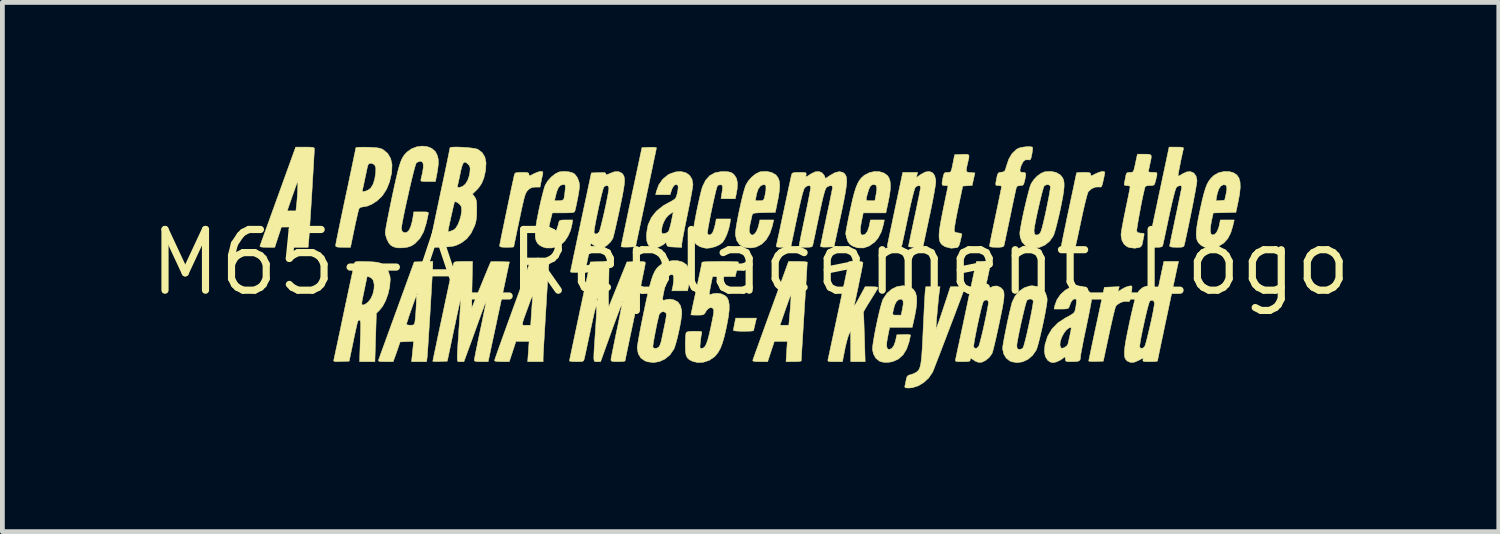
<source format=kicad_pcb>
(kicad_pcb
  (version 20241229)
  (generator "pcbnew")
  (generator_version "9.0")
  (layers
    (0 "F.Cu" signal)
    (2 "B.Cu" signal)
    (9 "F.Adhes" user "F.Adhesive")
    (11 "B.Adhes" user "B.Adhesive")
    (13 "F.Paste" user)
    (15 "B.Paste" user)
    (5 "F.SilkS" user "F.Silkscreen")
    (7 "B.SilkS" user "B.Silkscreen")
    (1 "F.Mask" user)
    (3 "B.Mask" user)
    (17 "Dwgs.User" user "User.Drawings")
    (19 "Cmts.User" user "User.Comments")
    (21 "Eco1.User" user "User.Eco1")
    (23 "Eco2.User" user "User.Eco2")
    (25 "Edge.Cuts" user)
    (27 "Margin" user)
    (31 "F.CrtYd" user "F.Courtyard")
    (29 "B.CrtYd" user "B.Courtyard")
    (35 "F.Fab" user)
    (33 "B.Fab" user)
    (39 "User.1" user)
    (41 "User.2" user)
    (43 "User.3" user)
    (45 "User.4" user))
  (footprint "M65-A_Replacement_Logo"
    (layer "F.Cu")
    (at 12.647 2.439)
    (property "Reference" "M65-A_Replacement_Logo" (at 0 0 0) (layer "F.SilkS") (effects (font (size 1.27 1.27) (thickness 0.15))))
    (attr through_hole)
    (fp_poly (pts (xy 0.094 1.286) (xy 0.078 1.354) (xy 0.067 1.404) (xy 0.064 1.423) (xy 0.045 1.431) (xy -0.006 1.436) (xy -0.078 1.438) (xy -0.159 1.439) (xy -0.238 1.437) (xy -0.305 1.433) (xy -0.349 1.427) (xy -0.36 1.422) (xy -0.356 1.393) (xy -0.346 1.336) (xy -0.336 1.284) (xy -0.312 1.164) (xy 0.123 1.164) (xy 0.094 1.286)) (stroke (width 0.01) (type solid)) (fill yes) (layer "F.SilkS"))
    (fp_poly (pts (xy -1.993 -2.406) (xy -1.969 -2.399) (xy -1.969 -2.398) (xy -1.973 -2.375) (xy -1.985 -2.314) (xy -2.005 -2.22) (xy -2.031 -2.096) (xy -2.062 -1.947) (xy -2.098 -1.777) (xy -2.137 -1.59) (xy -2.18 -1.389) (xy -2.187 -1.355) (xy -2.406 -0.328) (xy -2.558 -0.322) (xy -2.631 -0.321) (xy -2.685 -0.324) (xy -2.709 -0.331) (xy -2.709 -0.332) (xy -2.705 -0.356) (xy -2.692 -0.417) (xy -2.673 -0.511) (xy -2.647 -0.634) (xy -2.616 -0.783) (xy -2.58 -0.953) (xy -2.541 -1.141) (xy -2.498 -1.341) (xy -2.491 -1.376) (xy -2.272 -2.402) (xy -2.12 -2.409) (xy -2.047 -2.41) (xy -1.993 -2.406)) (stroke (width 0.01) (type solid)) (fill yes) (layer "F.SilkS"))
    (fp_poly (pts (xy 7.974 0.495) (xy 7.976 0.52) (xy 7.972 0.576) (xy 7.961 0.651) (xy 7.959 0.667) (xy 7.944 0.748) (xy 7.932 0.795) (xy 7.918 0.816) (xy 7.897 0.819) (xy 7.872 0.814) (xy 7.802 0.816) (xy 7.726 0.843) (xy 7.662 0.886) (xy 7.636 0.918) (xy 7.625 0.95) (xy 7.607 1.018) (xy 7.583 1.115) (xy 7.555 1.236) (xy 7.524 1.374) (xy 7.494 1.513) (xy 7.376 2.064) (xy 7.223 2.07) (xy 7.149 2.071) (xy 7.095 2.067) (xy 7.071 2.061) (xy 7.071 2.059) (xy 7.075 2.036) (xy 7.088 1.975) (xy 7.107 1.882) (xy 7.132 1.763) (xy 7.162 1.62) (xy 7.196 1.46) (xy 7.233 1.287) (xy 7.235 1.281) (xy 7.398 0.519) (xy 7.554 0.512) (xy 7.71 0.506) (xy 7.696 0.559) (xy 7.683 0.613) (xy 7.758 0.562) (xy 7.822 0.526) (xy 7.887 0.501) (xy 7.942 0.489) (xy 7.974 0.495)) (stroke (width 0.01) (type solid)) (fill yes) (layer "F.SilkS"))
    (fp_poly (pts (xy -4.224 0.101) (xy -4.228 0.153) (xy -4.234 0.24) (xy -4.242 0.356) (xy -4.251 0.496) (xy -4.261 0.654) (xy -4.271 0.824) (xy -4.282 1.001) (xy -4.293 1.18) (xy -4.303 1.354) (xy -4.313 1.519) (xy -4.322 1.669) (xy -4.329 1.798) (xy -4.335 1.901) (xy -4.338 1.973) (xy -4.339 2.006) (xy -4.339 2.074) (xy -4.662 2.074) (xy -4.647 1.863) (xy -4.632 1.651) (xy -4.908 1.651) (xy -4.977 1.863) (xy -5.047 2.074) (xy -5.201 2.074) (xy -5.29 2.071) (xy -5.342 2.062) (xy -5.355 2.051) (xy -5.348 2.027) (xy -5.328 1.967) (xy -5.296 1.875) (xy -5.253 1.755) (xy -5.201 1.61) (xy -5.142 1.445) (xy -5.081 1.275) (xy -4.771 1.275) (xy -4.77 1.3) (xy -4.759 1.311) (xy -4.737 1.314) (xy -4.706 1.313) (xy -4.693 1.312) (xy -4.599 1.312) (xy -4.585 1.085) (xy -4.577 0.978) (xy -4.57 0.874) (xy -4.563 0.788) (xy -4.56 0.751) (xy -4.558 0.715) (xy -4.561 0.704) (xy -4.572 0.72) (xy -4.593 0.768) (xy -4.624 0.851) (xy -4.653 0.931) (xy -4.702 1.064) (xy -4.737 1.162) (xy -4.76 1.231) (xy -4.771 1.275) (xy -5.081 1.275) (xy -5.076 1.262) (xy -5.005 1.067) (xy -4.982 1.003) (xy -4.608 -0.021) (xy -4.213 -0.021) (xy -4.224 0.101)) (stroke (width 0.01) (type solid)) (fill yes) (layer "F.SilkS"))
    (fp_poly (pts (xy 7.393 -1.902) (xy 7.408 -1.883) (xy 7.404 -1.852) (xy 7.392 -1.793) (xy 7.376 -1.718) (xy 7.375 -1.714) (xy 7.357 -1.638) (xy 7.342 -1.596) (xy 7.325 -1.578) (xy 7.3 -1.577) (xy 7.283 -1.58) (xy 7.21 -1.576) (xy 7.134 -1.544) (xy 7.072 -1.491) (xy 7.06 -1.476) (xy 7.047 -1.442) (xy 7.027 -1.373) (xy 7.002 -1.276) (xy 6.974 -1.158) (xy 6.944 -1.026) (xy 6.933 -0.974) (xy 6.903 -0.834) (xy 6.875 -0.701) (xy 6.85 -0.585) (xy 6.83 -0.492) (xy 6.816 -0.43) (xy 6.813 -0.418) (xy 6.79 -0.318) (xy 6.644 -0.318) (xy 6.561 -0.32) (xy 6.515 -0.328) (xy 6.498 -0.343) (xy 6.498 -0.346) (xy 6.502 -0.372) (xy 6.515 -0.435) (xy 6.534 -0.53) (xy 6.559 -0.652) (xy 6.589 -0.795) (xy 6.622 -0.956) (xy 6.657 -1.119) (xy 6.693 -1.291) (xy 6.727 -1.449) (xy 6.757 -1.589) (xy 6.781 -1.706) (xy 6.8 -1.796) (xy 6.812 -1.853) (xy 6.816 -1.874) (xy 6.835 -1.879) (xy 6.886 -1.882) (xy 6.958 -1.884) (xy 6.964 -1.884) (xy 7.042 -1.883) (xy 7.086 -1.877) (xy 7.107 -1.866) (xy 7.112 -1.845) (xy 7.112 -1.842) (xy 7.114 -1.819) (xy 7.128 -1.814) (xy 7.161 -1.827) (xy 7.21 -1.853) (xy 7.285 -1.886) (xy 7.349 -1.903) (xy 7.393 -1.902)) (stroke (width 0.01) (type solid)) (fill yes) (layer "F.SilkS"))
    (fp_poly (pts (xy 1.075 -0.02) (xy 1.141 -0.015) (xy 1.179 -0.009) (xy 1.185 -0.005) (xy 1.184 0.018) (xy 1.18 0.08) (xy 1.175 0.176) (xy 1.167 0.301) (xy 1.158 0.452) (xy 1.147 0.625) (xy 1.135 0.815) (xy 1.122 1.017) (xy 1.122 1.027) (xy 1.109 1.23) (xy 1.097 1.42) (xy 1.087 1.594) (xy 1.077 1.746) (xy 1.069 1.872) (xy 1.064 1.969) (xy 1.06 2.033) (xy 1.058 2.058) (xy 1.058 2.058) (xy 1.039 2.066) (xy 0.987 2.072) (xy 0.914 2.074) (xy 0.899 2.074) (xy 0.741 2.074) (xy 0.754 1.863) (xy 0.768 1.651) (xy 0.496 1.651) (xy 0.426 1.863) (xy 0.357 2.074) (xy 0.198 2.074) (xy 0.114 2.073) (xy 0.066 2.067) (xy 0.047 2.055) (xy 0.046 2.045) (xy 0.054 2.02) (xy 0.076 1.959) (xy 0.109 1.866) (xy 0.153 1.745) (xy 0.205 1.6) (xy 0.265 1.434) (xy 0.309 1.312) (xy 0.615 1.312) (xy 0.799 1.312) (xy 0.812 1.169) (xy 0.827 0.996) (xy 0.837 0.858) (xy 0.843 0.758) (xy 0.845 0.697) (xy 0.842 0.677) (xy 0.842 0.677) (xy 0.832 0.7) (xy 0.81 0.756) (xy 0.781 0.837) (xy 0.745 0.937) (xy 0.723 1) (xy 0.615 1.312) (xy 0.309 1.312) (xy 0.331 1.251) (xy 0.402 1.056) (xy 0.423 0.998) (xy 0.794 -0.021) (xy 0.99 -0.021) (xy 1.075 -0.02)) (stroke (width 0.01) (type solid)) (fill yes) (layer "F.SilkS"))
    (fp_poly (pts (xy -4.349 -1.898) (xy -4.343 -1.871) (xy -4.346 -1.857) (xy -4.356 -1.81) (xy -4.371 -1.74) (xy -4.38 -1.693) (xy -4.403 -1.577) (xy -4.498 -1.577) (xy -4.569 -1.57) (xy -4.621 -1.544) (xy -4.655 -1.513) (xy -4.675 -1.492) (xy -4.692 -1.466) (xy -4.708 -1.431) (xy -4.725 -1.382) (xy -4.743 -1.313) (xy -4.765 -1.219) (xy -4.793 -1.095) (xy -4.826 -0.937) (xy -4.836 -0.892) (xy -4.867 -0.744) (xy -4.895 -0.611) (xy -4.918 -0.497) (xy -4.937 -0.408) (xy -4.949 -0.349) (xy -4.953 -0.326) (xy -4.953 -0.326) (xy -4.972 -0.322) (xy -5.023 -0.319) (xy -5.095 -0.318) (xy -5.101 -0.318) (xy -5.182 -0.319) (xy -5.228 -0.326) (xy -5.247 -0.339) (xy -5.249 -0.349) (xy -5.245 -0.375) (xy -5.233 -0.437) (xy -5.215 -0.528) (xy -5.192 -0.643) (xy -5.164 -0.776) (xy -5.134 -0.922) (xy -5.102 -1.075) (xy -5.07 -1.228) (xy -5.039 -1.377) (xy -5.01 -1.514) (xy -4.984 -1.635) (xy -4.962 -1.734) (xy -4.947 -1.805) (xy -4.94 -1.834) (xy -4.93 -1.86) (xy -4.91 -1.875) (xy -4.87 -1.882) (xy -4.8 -1.884) (xy -4.781 -1.884) (xy -4.704 -1.883) (xy -4.66 -1.877) (xy -4.64 -1.865) (xy -4.636 -1.844) (xy -4.636 -1.842) (xy -4.633 -1.819) (xy -4.62 -1.814) (xy -4.586 -1.827) (xy -4.537 -1.853) (xy -4.47 -1.883) (xy -4.41 -1.902) (xy -4.387 -1.905) (xy -4.349 -1.898)) (stroke (width 0.01) (type solid)) (fill yes) (layer "F.SilkS"))
    (fp_poly (pts (xy -9.227 -2.412) (xy -9.169 -2.409) (xy -9.138 -2.402) (xy -9.125 -2.389) (xy -9.123 -2.368) (xy -9.123 -2.367) (xy -9.124 -2.331) (xy -9.128 -2.259) (xy -9.134 -2.156) (xy -9.141 -2.026) (xy -9.15 -1.876) (xy -9.16 -1.712) (xy -9.17 -1.537) (xy -9.181 -1.359) (xy -9.192 -1.182) (xy -9.203 -1.012) (xy -9.213 -0.854) (xy -9.222 -0.714) (xy -9.23 -0.597) (xy -9.236 -0.509) (xy -9.24 -0.455) (xy -9.241 -0.45) (xy -9.253 -0.318) (xy -9.568 -0.318) (xy -9.556 -0.471) (xy -9.549 -0.556) (xy -9.541 -0.632) (xy -9.535 -0.683) (xy -9.526 -0.741) (xy -9.812 -0.741) (xy -9.882 -0.529) (xy -9.951 -0.318) (xy -10.111 -0.318) (xy -10.196 -0.319) (xy -10.245 -0.326) (xy -10.262 -0.338) (xy -10.261 -0.344) (xy -10.252 -0.368) (xy -10.231 -0.429) (xy -10.197 -0.522) (xy -10.154 -0.642) (xy -10.101 -0.788) (xy -10.041 -0.954) (xy -9.996 -1.079) (xy -9.691 -1.079) (xy -9.509 -1.079) (xy -9.496 -1.191) (xy -9.488 -1.273) (xy -9.481 -1.365) (xy -9.475 -1.459) (xy -9.471 -1.548) (xy -9.469 -1.622) (xy -9.47 -1.674) (xy -9.473 -1.695) (xy -9.475 -1.693) (xy -9.486 -1.663) (xy -9.509 -1.6) (xy -9.539 -1.514) (xy -9.575 -1.412) (xy -9.59 -1.371) (xy -9.691 -1.079) (xy -9.996 -1.079) (xy -9.975 -1.136) (xy -9.905 -1.331) (xy -9.883 -1.391) (xy -9.514 -2.412) (xy -9.319 -2.413) (xy -9.227 -2.412)) (stroke (width 0.01) (type solid)) (fill yes) (layer "F.SilkS"))
    (fp_poly (pts (xy 10.02 -1.899) (xy 10.103 -1.874) (xy 10.168 -1.83) (xy 10.212 -1.768) (xy 10.236 -1.683) (xy 10.24 -1.571) (xy 10.226 -1.429) (xy 10.196 -1.27) (xy 10.149 -1.048) (xy 9.913 -1.042) (xy 9.676 -1.036) (xy 9.641 -0.88) (xy 9.619 -0.754) (xy 9.614 -0.66) (xy 9.627 -0.599) (xy 9.656 -0.576) (xy 9.704 -0.587) (xy 9.748 -0.634) (xy 9.784 -0.712) (xy 9.8 -0.771) (xy 9.824 -0.889) (xy 10.114 -0.889) (xy 10.084 -0.761) (xy 10.039 -0.614) (xy 9.98 -0.501) (xy 9.901 -0.412) (xy 9.891 -0.404) (xy 9.774 -0.331) (xy 9.652 -0.301) (xy 9.525 -0.312) (xy 9.485 -0.324) (xy 9.422 -0.358) (xy 9.371 -0.406) (xy 9.37 -0.407) (xy 9.343 -0.452) (xy 9.326 -0.507) (xy 9.319 -0.577) (xy 9.323 -0.665) (xy 9.337 -0.778) (xy 9.362 -0.921) (xy 9.399 -1.098) (xy 9.406 -1.131) (xy 9.442 -1.289) (xy 9.732 -1.289) (xy 9.823 -1.295) (xy 9.913 -1.302) (xy 9.942 -1.427) (xy 9.959 -1.524) (xy 9.957 -1.587) (xy 9.936 -1.619) (xy 9.894 -1.626) (xy 9.888 -1.626) (xy 9.836 -1.599) (xy 9.791 -1.535) (xy 9.758 -1.437) (xy 9.747 -1.38) (xy 9.732 -1.289) (xy 9.442 -1.289) (xy 9.445 -1.305) (xy 9.48 -1.443) (xy 9.513 -1.551) (xy 9.546 -1.636) (xy 9.582 -1.702) (xy 9.624 -1.757) (xy 9.674 -1.806) (xy 9.7 -1.828) (xy 9.794 -1.879) (xy 9.906 -1.903) (xy 10.02 -1.899)) (stroke (width 0.01) (type solid)) (fill yes) (layer "F.SilkS"))
    (fp_poly (pts (xy -0.534 -1.901) (xy -0.456 -1.894) (xy -0.405 -1.88) (xy -0.367 -1.856) (xy -0.336 -1.824) (xy -0.293 -1.754) (xy -0.275 -1.662) (xy -0.28 -1.544) (xy -0.298 -1.44) (xy -0.321 -1.333) (xy -0.47 -1.333) (xy -0.619 -1.334) (xy -0.603 -1.434) (xy -0.589 -1.523) (xy -0.586 -1.578) (xy -0.592 -1.608) (xy -0.61 -1.622) (xy -0.626 -1.626) (xy -0.672 -1.619) (xy -0.692 -1.604) (xy -0.704 -1.575) (xy -0.722 -1.511) (xy -0.744 -1.421) (xy -0.769 -1.312) (xy -0.796 -1.19) (xy -0.823 -1.063) (xy -0.848 -0.939) (xy -0.87 -0.824) (xy -0.888 -0.726) (xy -0.899 -0.652) (xy -0.903 -0.609) (xy -0.902 -0.603) (xy -0.875 -0.575) (xy -0.837 -0.58) (xy -0.799 -0.616) (xy -0.797 -0.619) (xy -0.777 -0.666) (xy -0.755 -0.737) (xy -0.742 -0.788) (xy -0.717 -0.91) (xy -0.419 -0.91) (xy -0.433 -0.81) (xy -0.459 -0.695) (xy -0.499 -0.579) (xy -0.547 -0.479) (xy -0.585 -0.423) (xy -0.647 -0.374) (xy -0.736 -0.332) (xy -0.836 -0.305) (xy -0.919 -0.297) (xy -0.981 -0.306) (xy -1.052 -0.329) (xy -1.069 -0.336) (xy -1.141 -0.382) (xy -1.184 -0.446) (xy -1.204 -0.537) (xy -1.206 -0.597) (xy -1.202 -0.653) (xy -1.189 -0.742) (xy -1.169 -0.855) (xy -1.145 -0.984) (xy -1.118 -1.12) (xy -1.089 -1.254) (xy -1.061 -1.379) (xy -1.035 -1.485) (xy -1.013 -1.565) (xy -1.006 -1.586) (xy -0.942 -1.718) (xy -0.855 -1.815) (xy -0.745 -1.876) (xy -0.612 -1.901) (xy -0.534 -1.901)) (stroke (width 0.01) (type solid)) (fill yes) (layer "F.SilkS"))
    (fp_poly (pts (xy 3.801 -1.88) (xy 3.848 -1.821) (xy 3.871 -1.729) (xy 3.873 -1.685) (xy 3.868 -1.637) (xy 3.855 -1.554) (xy 3.836 -1.442) (xy 3.811 -1.307) (xy 3.781 -1.156) (xy 3.748 -0.996) (xy 3.738 -0.953) (xy 3.605 -0.328) (xy 3.454 -0.322) (xy 3.38 -0.321) (xy 3.326 -0.325) (xy 3.302 -0.333) (xy 3.302 -0.334) (xy 3.306 -0.359) (xy 3.318 -0.419) (xy 3.337 -0.511) (xy 3.361 -0.627) (xy 3.39 -0.764) (xy 3.422 -0.915) (xy 3.429 -0.947) (xy 3.462 -1.101) (xy 3.491 -1.243) (xy 3.517 -1.366) (xy 3.536 -1.466) (xy 3.55 -1.537) (xy 3.556 -1.573) (xy 3.556 -1.575) (xy 3.541 -1.602) (xy 3.505 -1.606) (xy 3.463 -1.588) (xy 3.445 -1.572) (xy 3.432 -1.541) (xy 3.412 -1.474) (xy 3.386 -1.375) (xy 3.356 -1.25) (xy 3.323 -1.103) (xy 3.293 -0.963) (xy 3.261 -0.812) (xy 3.232 -0.673) (xy 3.206 -0.552) (xy 3.185 -0.455) (xy 3.17 -0.387) (xy 3.162 -0.355) (xy 3.162 -0.355) (xy 3.149 -0.334) (xy 3.118 -0.323) (xy 3.061 -0.318) (xy 3.004 -0.318) (xy 2.932 -0.32) (xy 2.879 -0.325) (xy 2.857 -0.333) (xy 2.857 -0.333) (xy 2.861 -0.357) (xy 2.873 -0.417) (xy 2.892 -0.51) (xy 2.917 -0.63) (xy 2.947 -0.772) (xy 2.98 -0.932) (xy 3.017 -1.106) (xy 3.019 -1.117) (xy 3.182 -1.884) (xy 3.493 -1.884) (xy 3.479 -1.829) (xy 3.466 -1.774) (xy 3.556 -1.839) (xy 3.651 -1.891) (xy 3.734 -1.904) (xy 3.801 -1.88)) (stroke (width 0.01) (type solid)) (fill yes) (layer "F.SilkS"))
    (fp_poly (pts (xy 2.696 -1.899) (xy 2.789 -1.87) (xy 2.862 -1.817) (xy 2.89 -1.776) (xy 2.915 -1.708) (xy 2.925 -1.623) (xy 2.921 -1.517) (xy 2.901 -1.381) (xy 2.88 -1.275) (xy 2.829 -1.037) (xy 2.356 -1.037) (xy 2.319 -0.858) (xy 2.297 -0.73) (xy 2.295 -0.64) (xy 2.311 -0.587) (xy 2.343 -0.572) (xy 2.399 -0.592) (xy 2.444 -0.652) (xy 2.477 -0.749) (xy 2.481 -0.765) (xy 2.506 -0.889) (xy 2.796 -0.889) (xy 2.782 -0.81) (xy 2.736 -0.644) (xy 2.665 -0.508) (xy 2.594 -0.427) (xy 2.48 -0.345) (xy 2.363 -0.304) (xy 2.242 -0.306) (xy 2.146 -0.337) (xy 2.079 -0.378) (xy 2.036 -0.437) (xy 2.025 -0.464) (xy 2.003 -0.532) (xy 1.99 -0.595) (xy 1.99 -0.609) (xy 1.994 -0.647) (xy 2.006 -0.718) (xy 2.025 -0.817) (xy 2.049 -0.937) (xy 2.077 -1.069) (xy 2.086 -1.111) (xy 2.127 -1.294) (xy 2.132 -1.315) (xy 2.418 -1.315) (xy 2.431 -1.296) (xy 2.467 -1.291) (xy 2.506 -1.291) (xy 2.599 -1.291) (xy 2.625 -1.429) (xy 2.639 -1.523) (xy 2.638 -1.584) (xy 2.621 -1.617) (xy 2.586 -1.629) (xy 2.573 -1.63) (xy 2.533 -1.621) (xy 2.5 -1.589) (xy 2.472 -1.527) (xy 2.442 -1.43) (xy 2.442 -1.43) (xy 2.423 -1.356) (xy 2.418 -1.315) (xy 2.132 -1.315) (xy 2.164 -1.44) (xy 2.199 -1.555) (xy 2.235 -1.644) (xy 2.273 -1.714) (xy 2.317 -1.769) (xy 2.368 -1.814) (xy 2.388 -1.829) (xy 2.486 -1.879) (xy 2.592 -1.902) (xy 2.696 -1.899)) (stroke (width 0.01) (type solid)) (fill yes) (layer "F.SilkS"))
    (fp_poly (pts (xy 3.95 0.587) (xy 3.942 0.647) (xy 3.932 0.732) (xy 3.922 0.835) (xy 3.911 0.947) (xy 3.901 1.062) (xy 3.891 1.17) (xy 3.884 1.264) (xy 3.879 1.337) (xy 3.877 1.379) (xy 3.878 1.387) (xy 3.887 1.371) (xy 3.906 1.319) (xy 3.935 1.239) (xy 3.971 1.135) (xy 4.012 1.013) (xy 4.033 0.952) (xy 4.179 0.508) (xy 4.485 0.508) (xy 4.457 0.587) (xy 4.435 0.647) (xy 4.402 0.737) (xy 4.359 0.851) (xy 4.309 0.984) (xy 4.253 1.133) (xy 4.193 1.29) (xy 4.131 1.452) (xy 4.07 1.613) (xy 4.01 1.769) (xy 3.955 1.913) (xy 3.905 2.042) (xy 3.863 2.15) (xy 3.832 2.232) (xy 3.811 2.282) (xy 3.805 2.296) (xy 3.726 2.413) (xy 3.623 2.509) (xy 3.505 2.58) (xy 3.382 2.619) (xy 3.319 2.625) (xy 3.258 2.623) (xy 3.23 2.615) (xy 3.224 2.595) (xy 3.228 2.577) (xy 3.239 2.525) (xy 3.253 2.457) (xy 3.255 2.445) (xy 3.271 2.389) (xy 3.297 2.361) (xy 3.339 2.348) (xy 3.405 2.327) (xy 3.457 2.301) (xy 3.486 2.28) (xy 3.51 2.256) (xy 3.529 2.224) (xy 3.545 2.18) (xy 3.559 2.12) (xy 3.57 2.039) (xy 3.58 1.934) (xy 3.589 1.8) (xy 3.598 1.634) (xy 3.607 1.43) (xy 3.609 1.385) (xy 3.618 1.209) (xy 3.626 1.044) (xy 3.633 0.896) (xy 3.64 0.769) (xy 3.646 0.67) (xy 3.651 0.603) (xy 3.653 0.577) (xy 3.664 0.508) (xy 3.962 0.508) (xy 3.95 0.587)) (stroke (width 0.01) (type solid)) (fill yes) (layer "F.SilkS"))
    (fp_poly (pts (xy 3.307 0.507) (xy 3.333 0.517) (xy 3.401 0.56) (xy 3.448 0.626) (xy 3.472 0.718) (xy 3.475 0.838) (xy 3.457 0.99) (xy 3.431 1.127) (xy 3.381 1.355) (xy 2.908 1.355) (xy 2.87 1.542) (xy 2.849 1.662) (xy 2.845 1.746) (xy 2.857 1.797) (xy 2.886 1.819) (xy 2.898 1.82) (xy 2.95 1.8) (xy 2.995 1.741) (xy 3.029 1.648) (xy 3.034 1.626) (xy 3.059 1.513) (xy 3.202 1.507) (xy 3.273 1.506) (xy 3.324 1.51) (xy 3.344 1.518) (xy 3.344 1.518) (xy 3.339 1.546) (xy 3.327 1.602) (xy 3.316 1.654) (xy 3.263 1.81) (xy 3.187 1.933) (xy 3.088 2.021) (xy 2.969 2.074) (xy 2.885 2.088) (xy 2.788 2.088) (xy 2.715 2.072) (xy 2.692 2.061) (xy 2.619 2.003) (xy 2.57 1.914) (xy 2.55 1.828) (xy 2.55 1.78) (xy 2.56 1.698) (xy 2.577 1.591) (xy 2.599 1.467) (xy 2.626 1.332) (xy 2.655 1.195) (xy 2.685 1.064) (xy 2.687 1.055) (xy 2.973 1.055) (xy 2.975 1.086) (xy 2.99 1.098) (xy 3.023 1.101) (xy 3.055 1.101) (xy 3.148 1.101) (xy 3.174 0.977) (xy 3.191 0.879) (xy 3.191 0.814) (xy 3.173 0.778) (xy 3.147 0.766) (xy 3.096 0.776) (xy 3.049 0.819) (xy 3.014 0.888) (xy 3.008 0.908) (xy 2.985 0.998) (xy 2.973 1.055) (xy 2.687 1.055) (xy 2.714 0.946) (xy 2.741 0.85) (xy 2.764 0.781) (xy 2.772 0.763) (xy 2.852 0.645) (xy 2.951 0.558) (xy 3.064 0.504) (xy 3.185 0.486) (xy 3.307 0.507)) (stroke (width 0.01) (type solid)) (fill yes) (layer "F.SilkS"))
    (fp_poly (pts (xy 4.546 -2.258) (xy 4.566 -2.238) (xy 4.566 -2.195) (xy 4.549 -2.121) (xy 4.541 -2.085) (xy 4.52 -1.994) (xy 4.511 -1.936) (xy 4.518 -1.903) (xy 4.541 -1.887) (xy 4.585 -1.881) (xy 4.6 -1.88) (xy 4.692 -1.873) (xy 4.662 -1.742) (xy 4.633 -1.611) (xy 4.535 -1.604) (xy 4.437 -1.598) (xy 4.345 -1.164) (xy 4.318 -1.031) (xy 4.294 -0.909) (xy 4.276 -0.806) (xy 4.264 -0.728) (xy 4.259 -0.683) (xy 4.259 -0.677) (xy 4.27 -0.641) (xy 4.3 -0.624) (xy 4.345 -0.618) (xy 4.398 -0.609) (xy 4.417 -0.593) (xy 4.416 -0.575) (xy 4.406 -0.535) (xy 4.391 -0.471) (xy 4.382 -0.431) (xy 4.361 -0.36) (xy 4.336 -0.322) (xy 4.311 -0.309) (xy 4.193 -0.298) (xy 4.078 -0.327) (xy 4.064 -0.333) (xy 4.016 -0.362) (xy 3.98 -0.397) (xy 3.956 -0.443) (xy 3.943 -0.505) (xy 3.941 -0.586) (xy 3.951 -0.691) (xy 3.972 -0.825) (xy 4.004 -0.993) (xy 4.032 -1.134) (xy 4.06 -1.267) (xy 4.084 -1.386) (xy 4.105 -1.484) (xy 4.119 -1.556) (xy 4.127 -1.595) (xy 4.128 -1.6) (xy 4.109 -1.606) (xy 4.065 -1.609) (xy 4.064 -1.609) (xy 4.027 -1.611) (xy 4.007 -1.625) (xy 4.003 -1.659) (xy 4.012 -1.72) (xy 4.023 -1.777) (xy 4.039 -1.84) (xy 4.055 -1.871) (xy 4.083 -1.883) (xy 4.118 -1.884) (xy 4.151 -1.884) (xy 4.174 -1.89) (xy 4.19 -1.908) (xy 4.204 -1.945) (xy 4.219 -2.01) (xy 4.238 -2.108) (xy 4.24 -2.117) (xy 4.267 -2.254) (xy 4.419 -2.26) (xy 4.498 -2.263) (xy 4.546 -2.258)) (stroke (width 0.01) (type solid)) (fill yes) (layer "F.SilkS"))
    (fp_poly (pts (xy -8.006 -2.41) (xy -7.89 -2.405) (xy -7.808 -2.398) (xy -7.749 -2.387) (xy -7.704 -2.37) (xy -7.686 -2.36) (xy -7.59 -2.281) (xy -7.528 -2.176) (xy -7.499 -2.047) (xy -7.505 -1.895) (xy -7.509 -1.865) (xy -7.551 -1.684) (xy -7.611 -1.535) (xy -7.691 -1.41) (xy -7.721 -1.374) (xy -7.815 -1.287) (xy -7.92 -1.219) (xy -8.024 -1.176) (xy -8.101 -1.164) (xy -8.162 -1.152) (xy -8.188 -1.127) (xy -8.198 -1.095) (xy -8.215 -1.029) (xy -8.236 -0.936) (xy -8.262 -0.824) (xy -8.287 -0.704) (xy -8.367 -0.318) (xy -8.523 -0.318) (xy -8.603 -0.319) (xy -8.65 -0.324) (xy -8.672 -0.335) (xy -8.678 -0.354) (xy -8.678 -0.357) (xy -8.674 -0.385) (xy -8.662 -0.451) (xy -8.642 -0.549) (xy -8.616 -0.676) (xy -8.585 -0.827) (xy -8.549 -0.999) (xy -8.51 -1.187) (xy -8.467 -1.387) (xy -8.467 -1.389) (xy -8.448 -1.477) (xy -8.125 -1.477) (xy -8.058 -1.49) (xy -7.995 -1.516) (xy -7.944 -1.556) (xy -7.894 -1.637) (xy -7.859 -1.751) (xy -7.839 -1.885) (xy -7.838 -1.98) (xy -7.862 -2.04) (xy -7.911 -2.07) (xy -7.948 -2.074) (xy -7.977 -2.069) (xy -7.997 -2.048) (xy -8.013 -2) (xy -8.023 -1.953) (xy -8.04 -1.871) (xy -8.062 -1.769) (xy -8.084 -1.666) (xy -8.086 -1.654) (xy -8.125 -1.477) (xy -8.448 -1.477) (xy -8.424 -1.588) (xy -8.385 -1.774) (xy -8.349 -1.944) (xy -8.318 -2.093) (xy -8.292 -2.217) (xy -8.272 -2.312) (xy -8.26 -2.374) (xy -8.255 -2.399) (xy -8.255 -2.399) (xy -8.235 -2.406) (xy -8.181 -2.41) (xy -8.102 -2.411) (xy -8.006 -2.41)) (stroke (width 0.01) (type solid)) (fill yes) (layer "F.SilkS"))
    (fp_poly (pts (xy 6.007 0.504) (xy 6.1 0.553) (xy 6.165 0.631) (xy 6.198 0.733) (xy 6.202 0.783) (xy 6.197 0.842) (xy 6.183 0.931) (xy 6.163 1.045) (xy 6.138 1.174) (xy 6.109 1.311) (xy 6.078 1.447) (xy 6.048 1.575) (xy 6.02 1.686) (xy 5.995 1.773) (xy 5.975 1.828) (xy 5.973 1.833) (xy 5.897 1.943) (xy 5.801 2.025) (xy 5.691 2.077) (xy 5.575 2.095) (xy 5.461 2.076) (xy 5.419 2.058) (xy 5.345 1.999) (xy 5.293 1.913) (xy 5.271 1.81) (xy 5.271 1.794) (xy 5.275 1.747) (xy 5.277 1.737) (xy 5.567 1.737) (xy 5.572 1.784) (xy 5.581 1.806) (xy 5.621 1.82) (xy 5.669 1.808) (xy 5.696 1.786) (xy 5.709 1.755) (xy 5.728 1.69) (xy 5.752 1.598) (xy 5.779 1.488) (xy 5.806 1.365) (xy 5.834 1.238) (xy 5.86 1.114) (xy 5.882 1.001) (xy 5.899 0.906) (xy 5.909 0.837) (xy 5.911 0.801) (xy 5.91 0.8) (xy 5.885 0.77) (xy 5.84 0.763) (xy 5.794 0.78) (xy 5.778 0.794) (xy 5.767 0.823) (xy 5.748 0.886) (xy 5.725 0.976) (xy 5.699 1.084) (xy 5.671 1.204) (xy 5.643 1.328) (xy 5.618 1.449) (xy 5.596 1.558) (xy 5.579 1.649) (xy 5.569 1.713) (xy 5.567 1.737) (xy 5.277 1.737) (xy 5.288 1.667) (xy 5.307 1.563) (xy 5.331 1.441) (xy 5.357 1.311) (xy 5.385 1.18) (xy 5.413 1.056) (xy 5.439 0.948) (xy 5.46 0.864) (xy 5.472 0.825) (xy 5.531 0.703) (xy 5.615 0.603) (xy 5.719 0.531) (xy 5.834 0.492) (xy 5.89 0.487) (xy 6.007 0.504)) (stroke (width 0.01) (type solid)) (fill yes) (layer "F.SilkS"))
    (fp_poly (pts (xy 6.387 -1.883) (xy 6.474 -1.833) (xy 6.483 -1.824) (xy 6.518 -1.782) (xy 6.542 -1.734) (xy 6.555 -1.674) (xy 6.557 -1.597) (xy 6.548 -1.498) (xy 6.529 -1.372) (xy 6.498 -1.213) (xy 6.47 -1.077) (xy 6.439 -0.941) (xy 6.408 -0.814) (xy 6.379 -0.703) (xy 6.354 -0.617) (xy 6.335 -0.563) (xy 6.332 -0.557) (xy 6.255 -0.446) (xy 6.154 -0.364) (xy 6.038 -0.314) (xy 5.913 -0.3) (xy 5.832 -0.312) (xy 5.742 -0.355) (xy 5.676 -0.43) (xy 5.638 -0.53) (xy 5.63 -0.608) (xy 5.635 -0.663) (xy 5.636 -0.665) (xy 5.927 -0.665) (xy 5.936 -0.6) (xy 5.965 -0.572) (xy 6.013 -0.581) (xy 6.043 -0.6) (xy 6.059 -0.621) (xy 6.077 -0.664) (xy 6.098 -0.734) (xy 6.123 -0.834) (xy 6.154 -0.968) (xy 6.181 -1.092) (xy 6.209 -1.228) (xy 6.234 -1.352) (xy 6.253 -1.456) (xy 6.265 -1.536) (xy 6.271 -1.583) (xy 6.27 -1.592) (xy 6.244 -1.622) (xy 6.2 -1.629) (xy 6.154 -1.612) (xy 6.138 -1.598) (xy 6.126 -1.568) (xy 6.107 -1.504) (xy 6.083 -1.414) (xy 6.057 -1.305) (xy 6.029 -1.185) (xy 6.001 -1.062) (xy 5.975 -0.942) (xy 5.954 -0.834) (xy 5.937 -0.745) (xy 5.929 -0.683) (xy 5.927 -0.665) (xy 5.636 -0.665) (xy 5.65 -0.751) (xy 5.671 -0.863) (xy 5.697 -0.991) (xy 5.727 -1.127) (xy 5.759 -1.263) (xy 5.79 -1.39) (xy 5.819 -1.501) (xy 5.844 -1.588) (xy 5.864 -1.641) (xy 5.865 -1.644) (xy 5.92 -1.729) (xy 5.995 -1.807) (xy 6.077 -1.866) (xy 6.154 -1.897) (xy 6.278 -1.905) (xy 6.387 -1.883)) (stroke (width 0.01) (type solid)) (fill yes) (layer "F.SilkS"))
    (fp_poly (pts (xy 0.439 -1.883) (xy 0.525 -1.834) (xy 0.535 -1.824) (xy 0.576 -1.769) (xy 0.601 -1.7) (xy 0.609 -1.61) (xy 0.601 -1.495) (xy 0.578 -1.347) (xy 0.566 -1.291) (xy 0.517 -1.048) (xy 0.28 -1.042) (xy 0.177 -1.039) (xy 0.108 -1.035) (xy 0.067 -1.028) (xy 0.045 -1.017) (xy 0.035 -1) (xy 0.032 -0.989) (xy 0.004 -0.866) (xy -0.015 -0.778) (xy -0.025 -0.716) (xy -0.029 -0.674) (xy -0.027 -0.645) (xy -0.02 -0.622) (xy 0.009 -0.58) (xy 0.046 -0.573) (xy 0.087 -0.6) (xy 0.125 -0.655) (xy 0.157 -0.734) (xy 0.168 -0.773) (xy 0.194 -0.889) (xy 0.483 -0.889) (xy 0.453 -0.757) (xy 0.401 -0.603) (xy 0.327 -0.478) (xy 0.232 -0.384) (xy 0.12 -0.325) (xy 0.032 -0.307) (xy -0.05 -0.306) (xy -0.126 -0.317) (xy -0.147 -0.323) (xy -0.231 -0.374) (xy -0.288 -0.456) (xy -0.315 -0.562) (xy -0.318 -0.606) (xy -0.312 -0.67) (xy -0.298 -0.765) (xy -0.277 -0.884) (xy -0.251 -1.018) (xy -0.221 -1.157) (xy -0.191 -1.291) (xy 0.1 -1.291) (xy 0.187 -1.291) (xy 0.243 -1.294) (xy 0.272 -1.311) (xy 0.289 -1.352) (xy 0.294 -1.371) (xy 0.32 -1.508) (xy 0.321 -1.594) (xy 0.307 -1.622) (xy 0.266 -1.627) (xy 0.259 -1.626) (xy 0.205 -1.599) (xy 0.159 -1.535) (xy 0.126 -1.438) (xy 0.115 -1.381) (xy 0.1 -1.291) (xy -0.191 -1.291) (xy -0.19 -1.294) (xy -0.16 -1.419) (xy -0.131 -1.523) (xy -0.107 -1.598) (xy -0.101 -1.615) (xy -0.05 -1.701) (xy 0.021 -1.783) (xy 0.102 -1.849) (xy 0.182 -1.89) (xy 0.205 -1.897) (xy 0.329 -1.905) (xy 0.439 -1.883)) (stroke (width 0.01) (type solid)) (fill yes) (layer "F.SilkS"))
    (fp_poly (pts (xy 2.282 -0.019) (xy 2.328 -0.013) (xy 2.347 0.000472) (xy 2.349 0.011) (xy 2.345 0.038) (xy 2.334 0.099) (xy 2.317 0.186) (xy 2.295 0.292) (xy 2.271 0.408) (xy 2.247 0.528) (xy 2.222 0.644) (xy 2.2 0.747) (xy 2.182 0.831) (xy 2.172 0.873) (xy 2.167 0.901) (xy 2.172 0.904) (xy 2.19 0.879) (xy 2.223 0.824) (xy 2.272 0.734) (xy 2.286 0.709) (xy 2.395 0.508) (xy 2.533 0.508) (xy 2.611 0.51) (xy 2.652 0.518) (xy 2.662 0.532) (xy 2.661 0.535) (xy 2.647 0.562) (xy 2.614 0.617) (xy 2.567 0.693) (xy 2.512 0.782) (xy 2.502 0.798) (xy 2.447 0.885) (xy 2.403 0.959) (xy 2.372 1.013) (xy 2.359 1.039) (xy 2.359 1.041) (xy 2.362 1.063) (xy 2.365 1.122) (xy 2.369 1.211) (xy 2.373 1.325) (xy 2.377 1.458) (xy 2.381 1.561) (xy 2.396 2.074) (xy 2.095 2.074) (xy 2.094 1.752) (xy 2.092 1.429) (xy 2.054 1.511) (xy 2.034 1.566) (xy 2.01 1.65) (xy 1.985 1.751) (xy 1.968 1.834) (xy 1.921 2.074) (xy 1.764 2.074) (xy 1.684 2.074) (xy 1.639 2.07) (xy 1.619 2.06) (xy 1.616 2.042) (xy 1.619 2.027) (xy 1.626 1.995) (xy 1.641 1.928) (xy 1.662 1.83) (xy 1.688 1.707) (xy 1.719 1.563) (xy 1.753 1.404) (xy 1.789 1.233) (xy 1.827 1.056) (xy 1.865 0.878) (xy 1.902 0.703) (xy 1.937 0.537) (xy 1.97 0.384) (xy 1.998 0.249) (xy 2.022 0.137) (xy 2.039 0.053) (xy 2.05 0.001) (xy 2.053 -0.014) (xy 2.073 -0.018) (xy 2.124 -0.02) (xy 2.195 -0.021) (xy 2.201 -0.021) (xy 2.282 -0.019)) (stroke (width 0.01) (type solid)) (fill yes) (layer "F.SilkS"))
    (fp_poly (pts (xy -6.646 0.036) (xy -6.647 0.076) (xy -6.651 0.152) (xy -6.657 0.259) (xy -6.664 0.392) (xy -6.673 0.546) (xy -6.683 0.714) (xy -6.693 0.891) (xy -6.704 1.071) (xy -6.715 1.25) (xy -6.726 1.422) (xy -6.736 1.58) (xy -6.745 1.72) (xy -6.753 1.837) (xy -6.759 1.924) (xy -6.764 1.976) (xy -6.764 1.984) (xy -6.776 2.074) (xy -7.09 2.074) (xy -7.081 1.984) (xy -7.073 1.91) (xy -7.064 1.82) (xy -7.059 1.772) (xy -7.048 1.649) (xy -7.189 1.655) (xy -7.33 1.662) (xy -7.369 1.778) (xy -7.398 1.863) (xy -7.428 1.947) (xy -7.442 1.984) (xy -7.475 2.074) (xy -7.634 2.074) (xy -7.714 2.073) (xy -7.761 2.069) (xy -7.78 2.059) (xy -7.781 2.042) (xy -7.78 2.037) (xy -7.77 2.011) (xy -7.748 1.948) (xy -7.714 1.854) (xy -7.669 1.731) (xy -7.616 1.585) (xy -7.555 1.418) (xy -7.51 1.293) (xy -7.197 1.293) (xy -7.178 1.305) (xy -7.131 1.312) (xy -7.114 1.312) (xy -7.06 1.309) (xy -7.034 1.292) (xy -7.022 1.252) (xy -7.02 1.244) (xy -7.014 1.192) (xy -7.007 1.117) (xy -7 1.029) (xy -6.995 0.936) (xy -6.99 0.847) (xy -6.988 0.772) (xy -6.987 0.719) (xy -6.99 0.698) (xy -6.99 0.699) (xy -7.001 0.722) (xy -7.022 0.776) (xy -7.05 0.853) (xy -7.082 0.944) (xy -7.115 1.039) (xy -7.147 1.131) (xy -7.172 1.21) (xy -7.19 1.266) (xy -7.197 1.293) (xy -7.51 1.293) (xy -7.489 1.236) (xy -7.418 1.041) (xy -7.401 0.995) (xy -7.278 0.656) (xy -6.985 0.656) (xy -6.977 0.674) (xy -6.971 0.67) (xy -6.968 0.645) (xy -6.971 0.642) (xy -6.983 0.645) (xy -6.985 0.656) (xy -7.278 0.656) (xy -7.035 -0.011) (xy -6.841 -0.017) (xy -6.646 -0.023) (xy -6.646 0.036)) (stroke (width 0.01) (type solid)) (fill yes) (layer "F.SilkS"))
    (fp_poly (pts (xy 8.308 -2.264) (xy 8.353 -2.258) (xy 8.376 -2.238) (xy 8.379 -2.198) (xy 8.367 -2.129) (xy 8.35 -2.053) (xy 8.335 -1.981) (xy 8.324 -1.925) (xy 8.319 -1.9) (xy 8.338 -1.89) (xy 8.385 -1.885) (xy 8.414 -1.884) (xy 8.46 -1.884) (xy 8.488 -1.879) (xy 8.499 -1.862) (xy 8.497 -1.825) (xy 8.482 -1.76) (xy 8.464 -1.688) (xy 8.449 -1.639) (xy 8.427 -1.616) (xy 8.384 -1.609) (xy 8.351 -1.609) (xy 8.287 -1.604) (xy 8.255 -1.587) (xy 8.247 -1.572) (xy 8.231 -1.507) (xy 8.21 -1.416) (xy 8.187 -1.307) (xy 8.163 -1.187) (xy 8.14 -1.063) (xy 8.118 -0.943) (xy 8.099 -0.835) (xy 8.085 -0.746) (xy 8.076 -0.683) (xy 8.075 -0.655) (xy 8.098 -0.625) (xy 8.148 -0.614) (xy 8.163 -0.614) (xy 8.213 -0.611) (xy 8.23 -0.597) (xy 8.227 -0.566) (xy 8.216 -0.515) (xy 8.203 -0.446) (xy 8.2 -0.427) (xy 8.184 -0.362) (xy 8.156 -0.327) (xy 8.134 -0.316) (xy 8.035 -0.298) (xy 7.928 -0.311) (xy 7.878 -0.328) (xy 7.813 -0.379) (xy 7.767 -0.459) (xy 7.748 -0.561) (xy 7.747 -0.582) (xy 7.751 -0.625) (xy 7.763 -0.702) (xy 7.782 -0.806) (xy 7.805 -0.929) (xy 7.833 -1.064) (xy 7.842 -1.11) (xy 7.87 -1.244) (xy 7.895 -1.364) (xy 7.915 -1.464) (xy 7.929 -1.538) (xy 7.937 -1.579) (xy 7.938 -1.585) (xy 7.919 -1.601) (xy 7.874 -1.609) (xy 7.871 -1.609) (xy 7.827 -1.612) (xy 7.813 -1.629) (xy 7.819 -1.675) (xy 7.82 -1.677) (xy 7.835 -1.751) (xy 7.846 -1.815) (xy 7.86 -1.862) (xy 7.886 -1.881) (xy 7.93 -1.884) (xy 7.965 -1.884) (xy 7.989 -1.891) (xy 8.006 -1.91) (xy 8.02 -1.95) (xy 8.036 -2.018) (xy 8.054 -2.101) (xy 8.089 -2.265) (xy 8.235 -2.265) (xy 8.308 -2.264)) (stroke (width 0.01) (type solid)) (fill yes) (layer "F.SilkS"))
    (fp_poly (pts (xy -1.355 -1.877) (xy -1.278 -1.824) (xy -1.227 -1.744) (xy -1.207 -1.641) (xy -1.206 -1.632) (xy -1.211 -1.588) (xy -1.223 -1.51) (xy -1.242 -1.403) (xy -1.266 -1.274) (xy -1.295 -1.13) (xy -1.323 -0.993) (xy -1.354 -0.842) (xy -1.382 -0.703) (xy -1.406 -0.58) (xy -1.424 -0.481) (xy -1.436 -0.411) (xy -1.439 -0.378) (xy -1.439 -0.316) (xy -1.592 -0.322) (xy -1.671 -0.326) (xy -1.718 -0.333) (xy -1.743 -0.347) (xy -1.754 -0.37) (xy -1.757 -0.381) (xy -1.769 -0.414) (xy -1.784 -0.409) (xy -1.787 -0.405) (xy -1.818 -0.378) (xy -1.873 -0.346) (xy -1.937 -0.318) (xy -1.992 -0.3) (xy -2.011 -0.298) (xy -2.055 -0.308) (xy -2.089 -0.321) (xy -2.14 -0.367) (xy -2.17 -0.446) (xy -2.178 -0.559) (xy -2.175 -0.611) (xy -2.161 -0.692) (xy -1.861 -0.692) (xy -1.86 -0.633) (xy -1.848 -0.607) (xy -1.817 -0.601) (xy -1.77 -0.613) (xy -1.727 -0.638) (xy -1.722 -0.643) (xy -1.707 -0.673) (xy -1.688 -0.734) (xy -1.667 -0.816) (xy -1.657 -0.863) (xy -1.616 -1.059) (xy -1.67 -1.023) (xy -1.728 -0.979) (xy -1.772 -0.926) (xy -1.815 -0.849) (xy -1.821 -0.836) (xy -1.847 -0.764) (xy -1.861 -0.692) (xy -2.161 -0.692) (xy -2.144 -0.786) (xy -2.075 -0.94) (xy -1.969 -1.074) (xy -1.827 -1.187) (xy -1.735 -1.239) (xy -1.663 -1.277) (xy -1.606 -1.312) (xy -1.574 -1.336) (xy -1.573 -1.337) (xy -1.553 -1.377) (xy -1.535 -1.439) (xy -1.521 -1.507) (xy -1.515 -1.569) (xy -1.518 -1.609) (xy -1.521 -1.614) (xy -1.561 -1.632) (xy -1.601 -1.611) (xy -1.637 -1.555) (xy -1.651 -1.519) (xy -1.683 -1.418) (xy -1.985 -1.418) (xy -1.97 -1.487) (xy -1.92 -1.623) (xy -1.839 -1.74) (xy -1.733 -1.828) (xy -1.685 -1.854) (xy -1.564 -1.895) (xy -1.452 -1.901) (xy -1.355 -1.877)) (stroke (width 0.01) (type solid)) (fill yes) (layer "F.SilkS"))
    (fp_poly (pts (xy -3.801 -1.896) (xy -3.721 -1.874) (xy -3.679 -1.849) (xy -3.623 -1.776) (xy -3.587 -1.68) (xy -3.577 -1.598) (xy -3.582 -1.55) (xy -3.593 -1.471) (xy -3.61 -1.375) (xy -3.63 -1.273) (xy -3.65 -1.176) (xy -3.669 -1.097) (xy -3.675 -1.074) (xy -3.685 -1.058) (xy -3.707 -1.047) (xy -3.75 -1.041) (xy -3.82 -1.038) (xy -3.916 -1.037) (xy -4.147 -1.037) (xy -4.167 -0.958) (xy -4.196 -0.839) (xy -4.215 -0.754) (xy -4.224 -0.695) (xy -4.225 -0.655) (xy -4.218 -0.626) (xy -4.213 -0.616) (xy -4.177 -0.574) (xy -4.138 -0.571) (xy -4.099 -0.605) (xy -4.06 -0.674) (xy -4.026 -0.776) (xy -4.013 -0.831) (xy -4.003 -0.862) (xy -3.986 -0.879) (xy -3.951 -0.887) (xy -3.886 -0.889) (xy -3.86 -0.889) (xy -3.721 -0.889) (xy -3.736 -0.788) (xy -3.765 -0.671) (xy -3.816 -0.555) (xy -3.879 -0.457) (xy -3.929 -0.406) (xy -4.037 -0.338) (xy -4.155 -0.304) (xy -4.271 -0.303) (xy -4.35 -0.326) (xy -4.41 -0.359) (xy -4.455 -0.401) (xy -4.486 -0.456) (xy -4.502 -0.528) (xy -4.504 -0.623) (xy -4.492 -0.744) (xy -4.468 -0.896) (xy -4.43 -1.083) (xy -4.424 -1.115) (xy -4.394 -1.249) (xy -4.384 -1.291) (xy -4.101 -1.291) (xy -4.011 -1.291) (xy -3.946 -1.297) (xy -3.912 -1.317) (xy -3.906 -1.328) (xy -3.897 -1.368) (xy -3.887 -1.434) (xy -3.88 -1.497) (xy -3.874 -1.569) (xy -3.875 -1.609) (xy -3.886 -1.626) (xy -3.911 -1.63) (xy -3.923 -1.63) (xy -3.976 -1.614) (xy -4.019 -1.565) (xy -4.055 -1.479) (xy -4.073 -1.409) (xy -4.101 -1.291) (xy -4.384 -1.291) (xy -4.364 -1.375) (xy -4.336 -1.484) (xy -4.312 -1.569) (xy -4.294 -1.62) (xy -4.292 -1.624) (xy -4.239 -1.709) (xy -4.166 -1.789) (xy -4.085 -1.853) (xy -4.007 -1.892) (xy -3.99 -1.896) (xy -3.896 -1.904) (xy -3.801 -1.896)) (stroke (width 0.01) (type solid)) (fill yes) (layer "F.SilkS"))
    (fp_poly (pts (xy -2.695 -1.869) (xy -2.689 -1.864) (xy -2.665 -1.835) (xy -2.648 -1.802) (xy -2.638 -1.759) (xy -2.636 -1.703) (xy -2.642 -1.627) (xy -2.657 -1.528) (xy -2.68 -1.4) (xy -2.713 -1.239) (xy -2.74 -1.108) (xy -2.773 -0.957) (xy -2.804 -0.818) (xy -2.831 -0.697) (xy -2.855 -0.599) (xy -2.872 -0.531) (xy -2.883 -0.499) (xy -2.883 -0.499) (xy -2.932 -0.426) (xy -2.999 -0.362) (xy -3.069 -0.317) (xy -3.105 -0.305) (xy -3.165 -0.302) (xy -3.223 -0.324) (xy -3.257 -0.345) (xy -3.339 -0.399) (xy -3.401 -0.099) (xy -3.463 0.201) (xy -3.616 0.207) (xy -3.69 0.208) (xy -3.744 0.205) (xy -3.767 0.198) (xy -3.767 0.197) (xy -3.763 0.173) (xy -3.751 0.112) (xy -3.731 0.018) (xy -3.706 -0.105) (xy -3.674 -0.254) (xy -3.638 -0.424) (xy -3.599 -0.611) (xy -3.596 -0.623) (xy -3.273 -0.623) (xy -3.273 -0.623) (xy -3.246 -0.595) (xy -3.207 -0.601) (xy -3.169 -0.638) (xy -3.167 -0.64) (xy -3.154 -0.674) (xy -3.135 -0.742) (xy -3.111 -0.836) (xy -3.084 -0.947) (xy -3.056 -1.068) (xy -3.029 -1.192) (xy -3.005 -1.309) (xy -2.985 -1.413) (xy -2.97 -1.496) (xy -2.964 -1.549) (xy -2.963 -1.556) (xy -2.978 -1.597) (xy -3.013 -1.61) (xy -3.055 -1.591) (xy -3.068 -1.578) (xy -3.081 -1.548) (xy -3.099 -1.484) (xy -3.122 -1.394) (xy -3.148 -1.285) (xy -3.175 -1.165) (xy -3.201 -1.041) (xy -3.226 -0.92) (xy -3.247 -0.811) (xy -3.263 -0.72) (xy -3.272 -0.655) (xy -3.273 -0.623) (xy -3.596 -0.623) (xy -3.556 -0.812) (xy -3.549 -0.847) (xy -3.33 -1.873) (xy -3.179 -1.879) (xy -3.098 -1.881) (xy -3.052 -1.878) (xy -3.031 -1.867) (xy -3.027 -1.853) (xy -3.022 -1.835) (xy -3 -1.836) (xy -2.952 -1.857) (xy -2.943 -1.862) (xy -2.845 -1.898) (xy -2.76 -1.9) (xy -2.695 -1.869)) (stroke (width 0.01) (type solid)) (fill yes) (layer "F.SilkS"))
    (fp_poly (pts (xy 5.853 -2.421) (xy 5.892 -2.412) (xy 5.895 -2.41) (xy 5.898 -2.383) (xy 5.893 -2.328) (xy 5.883 -2.266) (xy 5.868 -2.195) (xy 5.854 -2.158) (xy 5.836 -2.144) (xy 5.808 -2.147) (xy 5.801 -2.148) (xy 5.744 -2.145) (xy 5.698 -2.106) (xy 5.66 -2.028) (xy 5.654 -2.013) (xy 5.635 -1.943) (xy 5.635 -1.904) (xy 5.658 -1.887) (xy 5.694 -1.884) (xy 5.731 -1.881) (xy 5.751 -1.867) (xy 5.755 -1.833) (xy 5.745 -1.771) (xy 5.733 -1.716) (xy 5.716 -1.653) (xy 5.699 -1.621) (xy 5.671 -1.61) (xy 5.639 -1.609) (xy 5.582 -1.599) (xy 5.559 -1.572) (xy 5.552 -1.542) (xy 5.537 -1.476) (xy 5.517 -1.381) (xy 5.491 -1.261) (xy 5.462 -1.123) (xy 5.431 -0.972) (xy 5.429 -0.963) (xy 5.397 -0.812) (xy 5.368 -0.673) (xy 5.342 -0.552) (xy 5.322 -0.455) (xy 5.307 -0.387) (xy 5.3 -0.355) (xy 5.299 -0.355) (xy 5.287 -0.334) (xy 5.256 -0.323) (xy 5.199 -0.318) (xy 5.142 -0.318) (xy 5.057 -0.32) (xy 5.009 -0.329) (xy 4.995 -0.344) (xy 5 -0.371) (xy 5.012 -0.434) (xy 5.03 -0.527) (xy 5.055 -0.645) (xy 5.083 -0.783) (xy 5.115 -0.935) (xy 5.122 -0.97) (xy 5.155 -1.124) (xy 5.184 -1.264) (xy 5.209 -1.386) (xy 5.229 -1.484) (xy 5.243 -1.553) (xy 5.249 -1.587) (xy 5.249 -1.589) (xy 5.231 -1.603) (xy 5.187 -1.609) (xy 5.186 -1.609) (xy 5.15 -1.61) (xy 5.131 -1.618) (xy 5.126 -1.644) (xy 5.133 -1.694) (xy 5.146 -1.763) (xy 5.161 -1.83) (xy 5.177 -1.866) (xy 5.202 -1.882) (xy 5.244 -1.888) (xy 5.244 -1.888) (xy 5.288 -1.895) (xy 5.314 -1.912) (xy 5.332 -1.951) (xy 5.347 -2.006) (xy 5.399 -2.16) (xy 5.468 -2.278) (xy 5.556 -2.361) (xy 5.597 -2.386) (xy 5.648 -2.403) (xy 5.717 -2.415) (xy 5.79 -2.422) (xy 5.853 -2.421)) (stroke (width 0.01) (type solid)) (fill yes) (layer "F.SilkS"))
    (fp_poly (pts (xy 8.985 -2.412) (xy 9.03 -2.408) (xy 9.05 -2.398) (xy 9.052 -2.38) (xy 9.049 -2.365) (xy 9.025 -2.259) (xy 9.001 -2.149) (xy 8.98 -2.042) (xy 8.961 -1.946) (xy 8.947 -1.87) (xy 8.94 -1.82) (xy 8.94 -1.806) (xy 8.961 -1.811) (xy 9.004 -1.835) (xy 9.028 -1.851) (xy 9.119 -1.894) (xy 9.2 -1.9) (xy 9.268 -1.871) (xy 9.314 -1.81) (xy 9.334 -1.72) (xy 9.335 -1.706) (xy 9.33 -1.666) (xy 9.318 -1.591) (xy 9.3 -1.488) (xy 9.276 -1.361) (xy 9.249 -1.217) (xy 9.218 -1.063) (xy 9.186 -0.905) (xy 9.154 -0.749) (xy 9.122 -0.6) (xy 9.093 -0.466) (xy 9.07 -0.365) (xy 9.06 -0.34) (xy 9.04 -0.326) (xy 8.999 -0.319) (xy 8.927 -0.318) (xy 8.911 -0.318) (xy 8.825 -0.32) (xy 8.777 -0.329) (xy 8.763 -0.344) (xy 8.767 -0.371) (xy 8.78 -0.434) (xy 8.798 -0.527) (xy 8.823 -0.645) (xy 8.852 -0.782) (xy 8.884 -0.934) (xy 8.89 -0.963) (xy 8.923 -1.116) (xy 8.952 -1.257) (xy 8.977 -1.379) (xy 8.997 -1.477) (xy 9.011 -1.546) (xy 9.017 -1.58) (xy 9.017 -1.582) (xy 9.002 -1.605) (xy 8.966 -1.606) (xy 8.924 -1.588) (xy 8.905 -1.571) (xy 8.89 -1.538) (xy 8.868 -1.468) (xy 8.841 -1.363) (xy 8.808 -1.227) (xy 8.772 -1.064) (xy 8.752 -0.973) (xy 8.72 -0.822) (xy 8.691 -0.684) (xy 8.665 -0.563) (xy 8.644 -0.465) (xy 8.629 -0.397) (xy 8.622 -0.365) (xy 8.612 -0.34) (xy 8.591 -0.326) (xy 8.55 -0.319) (xy 8.477 -0.318) (xy 8.464 -0.318) (xy 8.379 -0.32) (xy 8.332 -0.33) (xy 8.318 -0.344) (xy 8.323 -0.369) (xy 8.335 -0.432) (xy 8.354 -0.528) (xy 8.38 -0.653) (xy 8.411 -0.803) (xy 8.447 -0.974) (xy 8.487 -1.162) (xy 8.529 -1.363) (xy 8.535 -1.392) (xy 8.752 -2.413) (xy 8.906 -2.413) (xy 8.985 -2.412)) (stroke (width 0.01) (type solid)) (fill yes) (layer "F.SilkS"))
    (fp_poly (pts (xy -6.762 -2.423) (xy -6.668 -2.386) (xy -6.597 -2.323) (xy -6.585 -2.306) (xy -6.549 -2.232) (xy -6.531 -2.152) (xy -6.53 -2.056) (xy -6.546 -1.934) (xy -6.553 -1.891) (xy -6.591 -1.693) (xy -6.748 -1.693) (xy -6.828 -1.694) (xy -6.874 -1.698) (xy -6.894 -1.707) (xy -6.896 -1.725) (xy -6.893 -1.741) (xy -6.861 -1.88) (xy -6.845 -1.983) (xy -6.845 -2.054) (xy -6.86 -2.097) (xy -6.892 -2.115) (xy -6.908 -2.117) (xy -6.961 -2.101) (xy -6.993 -2.078) (xy -7.004 -2.049) (xy -7.023 -1.986) (xy -7.048 -1.893) (xy -7.077 -1.777) (xy -7.109 -1.645) (xy -7.142 -1.501) (xy -7.175 -1.353) (xy -7.208 -1.206) (xy -7.238 -1.067) (xy -7.263 -0.942) (xy -7.284 -0.837) (xy -7.297 -0.758) (xy -7.302 -0.711) (xy -7.303 -0.708) (xy -7.287 -0.651) (xy -7.246 -0.623) (xy -7.189 -0.63) (xy -7.187 -0.631) (xy -7.144 -0.672) (xy -7.107 -0.751) (xy -7.075 -0.866) (xy -7.058 -0.962) (xy -7.044 -1.058) (xy -6.887 -1.058) (xy -6.807 -1.058) (xy -6.761 -1.054) (xy -6.741 -1.044) (xy -6.738 -1.026) (xy -6.741 -1.011) (xy -6.751 -0.966) (xy -6.766 -0.896) (xy -6.783 -0.82) (xy -6.838 -0.643) (xy -6.917 -0.502) (xy -7.019 -0.396) (xy -7.095 -0.347) (xy -7.171 -0.321) (xy -7.268 -0.307) (xy -7.364 -0.305) (xy -7.436 -0.317) (xy -7.492 -0.34) (xy -7.529 -0.364) (xy -7.569 -0.413) (xy -7.606 -0.487) (xy -7.632 -0.568) (xy -7.641 -0.629) (xy -7.636 -0.666) (xy -7.624 -0.738) (xy -7.605 -0.841) (xy -7.58 -0.969) (xy -7.55 -1.117) (xy -7.517 -1.279) (xy -7.494 -1.388) (xy -7.45 -1.593) (xy -7.412 -1.76) (xy -7.38 -1.896) (xy -7.351 -2.003) (xy -7.324 -2.088) (xy -7.298 -2.154) (xy -7.27 -2.207) (xy -7.24 -2.25) (xy -7.206 -2.288) (xy -7.183 -2.311) (xy -7.089 -2.378) (xy -6.981 -2.419) (xy -6.869 -2.434) (xy -6.762 -2.423)) (stroke (width 0.01) (type solid)) (fill yes) (layer "F.SilkS"))
    (fp_poly (pts (xy -8.069 -0.019) (xy -8.025 -0.018) (xy -7.91 -0.013) (xy -7.827 -0.006) (xy -7.768 0.006) (xy -7.723 0.023) (xy -7.705 0.032) (xy -7.631 0.096) (xy -7.575 0.188) (xy -7.541 0.295) (xy -7.536 0.359) (xy -7.548 0.508) (xy -7.582 0.659) (xy -7.633 0.8) (xy -7.697 0.92) (xy -7.764 1.002) (xy -7.826 1.061) (xy -7.857 2.074) (xy -8.177 2.074) (xy -8.163 1.64) (xy -8.158 1.493) (xy -8.156 1.383) (xy -8.155 1.304) (xy -8.158 1.253) (xy -8.163 1.223) (xy -8.171 1.209) (xy -8.18 1.206) (xy -8.191 1.206) (xy -8.2 1.21) (xy -8.209 1.221) (xy -8.218 1.246) (xy -8.23 1.288) (xy -8.245 1.354) (xy -8.266 1.448) (xy -8.293 1.575) (xy -8.315 1.683) (xy -8.395 2.064) (xy -8.561 2.07) (xy -8.643 2.073) (xy -8.691 2.071) (xy -8.714 2.063) (xy -8.718 2.047) (xy -8.714 2.028) (xy -8.707 1.997) (xy -8.693 1.93) (xy -8.672 1.83) (xy -8.644 1.702) (xy -8.612 1.55) (xy -8.575 1.377) (xy -8.536 1.19) (xy -8.499 1.016) (xy -8.463 0.844) (xy -8.13 0.844) (xy -8.13 0.873) (xy -8.123 0.886) (xy -8.109 0.889) (xy -8.102 0.889) (xy -8.063 0.875) (xy -8.012 0.839) (xy -7.99 0.819) (xy -7.936 0.745) (xy -7.897 0.652) (xy -7.875 0.553) (xy -7.872 0.458) (xy -7.89 0.379) (xy -7.916 0.339) (xy -7.953 0.312) (xy -7.993 0.296) (xy -8.019 0.296) (xy -8.022 0.304) (xy -8.026 0.326) (xy -8.038 0.382) (xy -8.055 0.464) (xy -8.076 0.564) (xy -8.083 0.6) (xy -8.107 0.714) (xy -8.123 0.794) (xy -8.13 0.844) (xy -8.463 0.844) (xy -8.457 0.819) (xy -8.418 0.634) (xy -8.382 0.465) (xy -8.35 0.317) (xy -8.323 0.193) (xy -8.303 0.098) (xy -8.289 0.037) (xy -8.284 0.014) (xy -8.275 -0.003) (xy -8.257 -0.014) (xy -8.221 -0.019) (xy -8.161 -0.021) (xy -8.069 -0.019)) (stroke (width 0.01) (type solid)) (fill yes) (layer "F.SilkS"))
    (fp_poly (pts (xy 6.943 0.505) (xy 7.029 0.554) (xy 7.094 0.625) (xy 7.129 0.711) (xy 7.133 0.751) (xy 7.129 0.789) (xy 7.117 0.861) (xy 7.098 0.963) (xy 7.074 1.087) (xy 7.045 1.227) (xy 7.017 1.363) (xy 6.985 1.512) (xy 6.957 1.649) (xy 6.934 1.769) (xy 6.916 1.865) (xy 6.904 1.93) (xy 6.9 1.96) (xy 6.896 2.017) (xy 6.879 2.051) (xy 6.839 2.068) (xy 6.77 2.074) (xy 6.729 2.074) (xy 6.652 2.074) (xy 6.608 2.069) (xy 6.589 2.057) (xy 6.583 2.034) (xy 6.583 2.018) (xy 6.58 1.98) (xy 6.566 1.978) (xy 6.546 1.994) (xy 6.476 2.042) (xy 6.397 2.079) (xy 6.326 2.095) (xy 6.318 2.095) (xy 6.265 2.081) (xy 6.213 2.045) (xy 6.213 2.045) (xy 6.163 1.965) (xy 6.144 1.859) (xy 6.156 1.727) (xy 6.156 1.722) (xy 6.469 1.722) (xy 6.478 1.759) (xy 6.496 1.789) (xy 6.516 1.796) (xy 6.553 1.783) (xy 6.572 1.774) (xy 6.616 1.741) (xy 6.636 1.706) (xy 6.666 1.575) (xy 6.687 1.48) (xy 6.699 1.416) (xy 6.704 1.378) (xy 6.703 1.362) (xy 6.702 1.361) (xy 6.678 1.362) (xy 6.65 1.374) (xy 6.596 1.419) (xy 6.546 1.488) (xy 6.504 1.569) (xy 6.477 1.651) (xy 6.469 1.722) (xy 6.156 1.722) (xy 6.157 1.719) (xy 6.212 1.543) (xy 6.302 1.391) (xy 6.426 1.263) (xy 6.585 1.159) (xy 6.609 1.147) (xy 6.682 1.108) (xy 6.74 1.07) (xy 6.771 1.04) (xy 6.773 1.038) (xy 6.787 0.996) (xy 6.801 0.929) (xy 6.808 0.881) (xy 6.814 0.813) (xy 6.812 0.778) (xy 6.799 0.764) (xy 6.776 0.762) (xy 6.735 0.78) (xy 6.697 0.837) (xy 6.66 0.934) (xy 6.659 0.937) (xy 6.646 0.956) (xy 6.616 0.968) (xy 6.559 0.973) (xy 6.497 0.974) (xy 6.347 0.974) (xy 6.361 0.905) (xy 6.406 0.78) (xy 6.482 0.669) (xy 6.581 0.579) (xy 6.695 0.517) (xy 6.817 0.488) (xy 6.845 0.487) (xy 6.943 0.505)) (stroke (width 0.01) (type solid)) (fill yes) (layer "F.SilkS"))
    (fp_poly (pts (xy 8.932 0.058) (xy 8.917 0.125) (xy 8.896 0.223) (xy 8.87 0.346) (xy 8.839 0.489) (xy 8.805 0.649) (xy 8.769 0.82) (xy 8.732 0.996) (xy 8.694 1.174) (xy 8.657 1.349) (xy 8.623 1.515) (xy 8.59 1.667) (xy 8.562 1.802) (xy 8.539 1.913) (xy 8.522 1.996) (xy 8.512 2.047) (xy 8.509 2.061) (xy 8.49 2.067) (xy 8.438 2.072) (xy 8.365 2.074) (xy 8.352 2.074) (xy 8.272 2.074) (xy 8.226 2.069) (xy 8.207 2.06) (xy 8.204 2.042) (xy 8.207 2.032) (xy 8.211 2.008) (xy 8.2 2.004) (xy 8.167 2.019) (xy 8.125 2.042) (xy 8.028 2.085) (xy 7.947 2.091) (xy 7.878 2.061) (xy 7.874 2.057) (xy 7.846 2.028) (xy 7.827 1.99) (xy 7.818 1.938) (xy 7.817 1.867) (xy 7.826 1.774) (xy 7.826 1.77) (xy 8.137 1.77) (xy 8.137 1.771) (xy 8.164 1.797) (xy 8.205 1.79) (xy 8.238 1.762) (xy 8.251 1.733) (xy 8.27 1.669) (xy 8.294 1.579) (xy 8.32 1.471) (xy 8.348 1.352) (xy 8.376 1.23) (xy 8.401 1.112) (xy 8.422 1.006) (xy 8.437 0.92) (xy 8.445 0.862) (xy 8.445 0.849) (xy 8.43 0.805) (xy 8.394 0.788) (xy 8.352 0.805) (xy 8.349 0.807) (xy 8.336 0.836) (xy 8.317 0.899) (xy 8.293 0.988) (xy 8.267 1.097) (xy 8.239 1.217) (xy 8.212 1.342) (xy 8.186 1.463) (xy 8.164 1.574) (xy 8.148 1.667) (xy 8.138 1.735) (xy 8.137 1.77) (xy 7.826 1.77) (xy 7.844 1.653) (xy 7.873 1.501) (xy 7.912 1.313) (xy 7.916 1.291) (xy 7.948 1.144) (xy 7.98 1.005) (xy 8.009 0.883) (xy 8.034 0.784) (xy 8.054 0.715) (xy 8.064 0.688) (xy 8.127 0.585) (xy 8.208 0.519) (xy 8.291 0.493) (xy 8.355 0.492) (xy 8.407 0.513) (xy 8.44 0.538) (xy 8.466 0.561) (xy 8.485 0.575) (xy 8.5 0.576) (xy 8.513 0.558) (xy 8.526 0.517) (xy 8.543 0.449) (xy 8.564 0.347) (xy 8.585 0.249) (xy 8.642 -0.021) (xy 8.949 -0.021) (xy 8.932 0.058)) (stroke (width 0.01) (type solid)) (fill yes) (layer "F.SilkS"))
    (fp_poly (pts (xy 4.948 -0.02) (xy 4.993 -0.014) (xy 5.012 -0.002) (xy 5.016 0.016) (xy 5.011 0.05) (xy 4.999 0.116) (xy 4.981 0.205) (xy 4.959 0.308) (xy 4.956 0.322) (xy 4.897 0.59) (xy 4.985 0.539) (xy 5.077 0.497) (xy 5.153 0.491) (xy 5.223 0.521) (xy 5.235 0.53) (xy 5.263 0.556) (xy 5.284 0.585) (xy 5.297 0.624) (xy 5.301 0.675) (xy 5.298 0.745) (xy 5.285 0.838) (xy 5.264 0.958) (xy 5.233 1.11) (xy 5.197 1.283) (xy 5.164 1.435) (xy 5.133 1.576) (xy 5.104 1.699) (xy 5.08 1.798) (xy 5.061 1.869) (xy 5.049 1.903) (xy 5.049 1.904) (xy 4.993 1.982) (xy 4.919 2.046) (xy 4.842 2.083) (xy 4.824 2.087) (xy 4.762 2.088) (xy 4.7 2.063) (xy 4.673 2.045) (xy 4.624 2.013) (xy 4.601 2.005) (xy 4.594 2.018) (xy 4.593 2.033) (xy 4.589 2.054) (xy 4.572 2.066) (xy 4.532 2.072) (xy 4.461 2.074) (xy 4.434 2.074) (xy 4.353 2.074) (xy 4.307 2.07) (xy 4.286 2.061) (xy 4.283 2.043) (xy 4.286 2.027) (xy 4.293 1.996) (xy 4.307 1.929) (xy 4.328 1.83) (xy 4.341 1.769) (xy 4.665 1.769) (xy 4.665 1.769) (xy 4.692 1.796) (xy 4.731 1.791) (xy 4.769 1.754) (xy 4.771 1.752) (xy 4.783 1.718) (xy 4.802 1.65) (xy 4.826 1.557) (xy 4.853 1.446) (xy 4.88 1.325) (xy 4.907 1.201) (xy 4.932 1.083) (xy 4.952 0.979) (xy 4.967 0.896) (xy 4.974 0.842) (xy 4.974 0.833) (xy 4.959 0.794) (xy 4.924 0.782) (xy 4.882 0.801) (xy 4.869 0.814) (xy 4.857 0.844) (xy 4.838 0.908) (xy 4.815 0.998) (xy 4.79 1.107) (xy 4.763 1.227) (xy 4.736 1.351) (xy 4.712 1.472) (xy 4.691 1.581) (xy 4.675 1.672) (xy 4.666 1.737) (xy 4.665 1.769) (xy 4.341 1.769) (xy 4.356 1.702) (xy 4.388 1.551) (xy 4.424 1.382) (xy 4.463 1.197) (xy 4.488 1.079) (xy 4.529 0.886) (xy 4.567 0.703) (xy 4.603 0.534) (xy 4.635 0.384) (xy 4.662 0.258) (xy 4.683 0.161) (xy 4.697 0.098) (xy 4.701 0.079) (xy 4.724 -0.021) (xy 4.87 -0.021) (xy 4.948 -0.02)) (stroke (width 0.01) (type solid)) (fill yes) (layer "F.SilkS"))
    (fp_poly (pts (xy -1.522 -0.036) (xy -1.423 -0.009) (xy -1.347 0.042) (xy -1.322 0.073) (xy -1.287 0.16) (xy -1.274 0.276) (xy -1.284 0.414) (xy -1.291 0.454) (xy -1.317 0.593) (xy -1.647 0.593) (xy -1.628 0.513) (xy -1.616 0.437) (xy -1.609 0.355) (xy -1.609 0.344) (xy -1.611 0.287) (xy -1.623 0.261) (xy -1.651 0.254) (xy -1.66 0.254) (xy -1.695 0.266) (xy -1.726 0.305) (xy -1.756 0.374) (xy -1.785 0.478) (xy -1.81 0.589) (xy -1.829 0.685) (xy -1.839 0.746) (xy -1.837 0.779) (xy -1.823 0.79) (xy -1.795 0.786) (xy -1.768 0.778) (xy -1.691 0.766) (xy -1.608 0.781) (xy -1.523 0.825) (xy -1.468 0.899) (xy -1.442 1.003) (xy -1.439 1.052) (xy -1.445 1.126) (xy -1.459 1.227) (xy -1.481 1.345) (xy -1.507 1.47) (xy -1.536 1.592) (xy -1.565 1.699) (xy -1.591 1.781) (xy -1.606 1.815) (xy -1.685 1.93) (xy -1.787 2.016) (xy -1.904 2.071) (xy -2.029 2.093) (xy -2.155 2.077) (xy -2.214 2.055) (xy -2.296 1.996) (xy -2.349 1.908) (xy -2.37 1.797) (xy -2.371 1.782) (xy -2.368 1.759) (xy -2.044 1.759) (xy -2.044 1.771) (xy -2.016 1.795) (xy -1.97 1.795) (xy -1.924 1.773) (xy -1.919 1.768) (xy -1.896 1.729) (xy -1.874 1.667) (xy -1.866 1.635) (xy -1.831 1.469) (xy -1.804 1.34) (xy -1.784 1.242) (xy -1.771 1.171) (xy -1.764 1.122) (xy -1.762 1.09) (xy -1.765 1.069) (xy -1.772 1.056) (xy -1.782 1.046) (xy -1.782 1.045) (xy -1.825 1.027) (xy -1.872 1.041) (xy -1.908 1.081) (xy -1.914 1.095) (xy -1.928 1.152) (xy -1.947 1.233) (xy -1.968 1.33) (xy -1.989 1.436) (xy -2.009 1.54) (xy -2.026 1.634) (xy -2.038 1.71) (xy -2.044 1.759) (xy -2.368 1.759) (xy -2.366 1.74) (xy -2.354 1.663) (xy -2.335 1.556) (xy -2.311 1.425) (xy -2.282 1.276) (xy -2.249 1.114) (xy -2.232 1.033) (xy -2.186 0.814) (xy -2.145 0.633) (xy -2.109 0.485) (xy -2.075 0.365) (xy -2.043 0.271) (xy -2.01 0.198) (xy -1.975 0.14) (xy -1.937 0.096) (xy -1.893 0.059) (xy -1.856 0.034) (xy -1.748 -0.016) (xy -1.634 -0.039) (xy -1.522 -0.036)) (stroke (width 0.01) (type solid)) (fill yes) (layer "F.SilkS"))
    (fp_poly (pts (xy -0.513 -0.021) (xy -0.408 -0.019) (xy -0.325 -0.016) (xy -0.271 -0.013) (xy -0.254 -0.009) (xy -0.258 0.016) (xy -0.27 0.07) (xy -0.286 0.143) (xy -0.287 0.149) (xy -0.321 0.296) (xy -0.796 0.296) (xy -0.833 0.478) (xy -0.849 0.56) (xy -0.86 0.626) (xy -0.863 0.664) (xy -0.862 0.669) (xy -0.838 0.669) (xy -0.793 0.656) (xy -0.792 0.655) (xy -0.709 0.643) (xy -0.617 0.656) (xy -0.54 0.69) (xy -0.493 0.733) (xy -0.463 0.795) (xy -0.448 0.88) (xy -0.448 0.99) (xy -0.464 1.131) (xy -0.496 1.306) (xy -0.51 1.375) (xy -0.55 1.549) (xy -0.59 1.686) (xy -0.631 1.794) (xy -0.678 1.879) (xy -0.732 1.947) (xy -0.761 1.976) (xy -0.866 2.047) (xy -0.985 2.086) (xy -1.106 2.093) (xy -1.217 2.066) (xy -1.28 2.033) (xy -1.322 1.995) (xy -1.348 1.942) (xy -1.361 1.867) (xy -1.365 1.76) (xy -1.365 1.728) (xy -1.364 1.633) (xy -1.36 1.552) (xy -1.354 1.495) (xy -1.35 1.476) (xy -1.335 1.457) (xy -1.304 1.446) (xy -1.247 1.44) (xy -1.173 1.439) (xy -1.091 1.44) (xy -1.044 1.443) (xy -1.023 1.452) (xy -1.02 1.47) (xy -1.024 1.487) (xy -1.034 1.533) (xy -1.044 1.604) (xy -1.051 1.669) (xy -1.058 1.741) (xy -1.057 1.781) (xy -1.047 1.796) (xy -1.024 1.797) (xy -1.014 1.796) (xy -0.981 1.784) (xy -0.952 1.754) (xy -0.925 1.702) (xy -0.897 1.623) (xy -0.868 1.513) (xy -0.834 1.367) (xy -0.824 1.316) (xy -0.798 1.192) (xy -0.781 1.103) (xy -0.772 1.042) (xy -0.771 1.002) (xy -0.776 0.977) (xy -0.787 0.961) (xy -0.788 0.96) (xy -0.831 0.941) (xy -0.88 0.96) (xy -0.927 1.011) (xy -0.942 1.038) (xy -0.963 1.072) (xy -0.987 1.091) (xy -1.028 1.099) (xy -1.097 1.101) (xy -1.112 1.101) (xy -1.182 1.1) (xy -1.231 1.098) (xy -1.249 1.095) (xy -1.245 1.074) (xy -1.232 1.017) (xy -1.214 0.929) (xy -1.19 0.817) (xy -1.161 0.685) (xy -1.132 0.55) (xy -1.101 0.405) (xy -1.073 0.273) (xy -1.049 0.16) (xy -1.031 0.073) (xy -1.02 0.015) (xy -1.016 -0.005) (xy -0.996 -0.01) (xy -0.94 -0.015) (xy -0.856 -0.018) (xy -0.749 -0.02) (xy -0.635 -0.021) (xy -0.513 -0.021)) (stroke (width 0.01) (type solid)) (fill yes) (layer "F.SilkS"))
    (fp_poly (pts (xy -6.048 -2.411) (xy -5.952 -2.405) (xy -5.86 -2.396) (xy -5.78 -2.385) (xy -5.723 -2.373) (xy -5.704 -2.366) (xy -5.615 -2.299) (xy -5.558 -2.207) (xy -5.533 -2.089) (xy -5.54 -1.944) (xy -5.545 -1.911) (xy -5.578 -1.767) (xy -5.624 -1.654) (xy -5.688 -1.56) (xy -5.731 -1.515) (xy -5.817 -1.432) (xy -5.771 -1.371) (xy -5.75 -1.337) (xy -5.737 -1.298) (xy -5.729 -1.244) (xy -5.727 -1.165) (xy -5.727 -1.094) (xy -5.729 -0.979) (xy -5.738 -0.893) (xy -5.753 -0.82) (xy -5.776 -0.756) (xy -5.847 -0.61) (xy -5.933 -0.499) (xy -6.04 -0.416) (xy -6.083 -0.393) (xy -6.142 -0.365) (xy -6.196 -0.346) (xy -6.256 -0.335) (xy -6.333 -0.327) (xy -6.439 -0.322) (xy -6.459 -0.321) (xy -6.566 -0.318) (xy -6.637 -0.317) (xy -6.68 -0.321) (xy -6.702 -0.329) (xy -6.709 -0.342) (xy -6.71 -0.352) (xy -6.706 -0.38) (xy -6.693 -0.445) (xy -6.674 -0.544) (xy -6.653 -0.646) (xy -6.329 -0.646) (xy -6.312 -0.643) (xy -6.268 -0.657) (xy -6.208 -0.682) (xy -6.207 -0.683) (xy -6.163 -0.723) (xy -6.12 -0.794) (xy -6.084 -0.885) (xy -6.057 -0.982) (xy -6.043 -1.075) (xy -6.047 -1.151) (xy -6.052 -1.172) (xy -6.079 -1.211) (xy -6.12 -1.247) (xy -6.161 -1.269) (xy -6.19 -1.268) (xy -6.191 -1.267) (xy -6.197 -1.245) (xy -6.211 -1.191) (xy -6.229 -1.113) (xy -6.25 -1.02) (xy -6.272 -0.922) (xy -6.293 -0.826) (xy -6.311 -0.743) (xy -6.323 -0.68) (xy -6.329 -0.647) (xy -6.329 -0.646) (xy -6.653 -0.646) (xy -6.648 -0.671) (xy -6.617 -0.822) (xy -6.581 -0.994) (xy -6.541 -1.182) (xy -6.499 -1.382) (xy -6.498 -1.386) (xy -6.456 -1.585) (xy -6.454 -1.594) (xy -6.132 -1.594) (xy -6.127 -1.571) (xy -6.092 -1.569) (xy -6.035 -1.586) (xy -6.021 -1.592) (xy -5.965 -1.638) (xy -5.917 -1.716) (xy -5.883 -1.815) (xy -5.869 -1.894) (xy -5.865 -1.965) (xy -5.873 -2.009) (xy -5.896 -2.044) (xy -5.903 -2.05) (xy -5.946 -2.088) (xy -5.979 -2.099) (xy -6.006 -2.082) (xy -6.03 -2.032) (xy -6.054 -1.947) (xy -6.073 -1.858) (xy -6.093 -1.761) (xy -6.112 -1.678) (xy -6.125 -1.619) (xy -6.132 -1.594) (xy -6.454 -1.594) (xy -6.416 -1.771) (xy -6.38 -1.941) (xy -6.349 -2.091) (xy -6.323 -2.215) (xy -6.304 -2.311) (xy -6.291 -2.373) (xy -6.287 -2.399) (xy -6.287 -2.399) (xy -6.267 -2.408) (xy -6.215 -2.413) (xy -6.139 -2.414) (xy -6.048 -2.411)) (stroke (width 0.01) (type solid)) (fill yes) (layer "F.SilkS"))
    (fp_poly (pts (xy 1.498 -1.873) (xy 1.543 -1.814) (xy 1.546 -1.807) (xy 1.566 -1.755) (xy 1.663 -1.821) (xy 1.768 -1.88) (xy 1.858 -1.9) (xy 1.931 -1.883) (xy 1.965 -1.856) (xy 1.987 -1.826) (xy 2.002 -1.788) (xy 2.009 -1.737) (xy 2.009 -1.67) (xy 2 -1.582) (xy 1.983 -1.469) (xy 1.957 -1.328) (xy 1.922 -1.153) (xy 1.877 -0.942) (xy 1.744 -0.328) (xy 1.602 -0.322) (xy 1.523 -0.321) (xy 1.473 -0.328) (xy 1.46 -0.337) (xy 1.465 -0.363) (xy 1.477 -0.424) (xy 1.496 -0.516) (xy 1.52 -0.634) (xy 1.549 -0.77) (xy 1.581 -0.922) (xy 1.587 -0.953) (xy 1.62 -1.106) (xy 1.65 -1.247) (xy 1.675 -1.37) (xy 1.695 -1.47) (xy 1.709 -1.54) (xy 1.714 -1.575) (xy 1.714 -1.577) (xy 1.699 -1.603) (xy 1.661 -1.606) (xy 1.613 -1.587) (xy 1.591 -1.572) (xy 1.576 -1.552) (xy 1.56 -1.517) (xy 1.542 -1.461) (xy 1.52 -1.381) (xy 1.494 -1.272) (xy 1.463 -1.13) (xy 1.43 -0.974) (xy 1.398 -0.823) (xy 1.369 -0.684) (xy 1.344 -0.563) (xy 1.323 -0.465) (xy 1.308 -0.397) (xy 1.301 -0.365) (xy 1.291 -0.339) (xy 1.27 -0.325) (xy 1.227 -0.319) (xy 1.153 -0.318) (xy 1.078 -0.319) (xy 1.036 -0.326) (xy 1.019 -0.339) (xy 1.016 -0.355) (xy 1.02 -0.384) (xy 1.033 -0.45) (xy 1.051 -0.545) (xy 1.076 -0.665) (xy 1.105 -0.804) (xy 1.137 -0.956) (xy 1.142 -0.982) (xy 1.175 -1.135) (xy 1.203 -1.274) (xy 1.226 -1.394) (xy 1.244 -1.491) (xy 1.255 -1.557) (xy 1.258 -1.589) (xy 1.257 -1.591) (xy 1.225 -1.609) (xy 1.179 -1.599) (xy 1.135 -1.566) (xy 1.129 -1.559) (xy 1.111 -1.52) (xy 1.086 -1.44) (xy 1.056 -1.32) (xy 1.019 -1.162) (xy 0.976 -0.965) (xy 0.965 -0.914) (xy 0.84 -0.318) (xy 0.683 -0.318) (xy 0.603 -0.319) (xy 0.557 -0.323) (xy 0.538 -0.333) (xy 0.537 -0.35) (xy 0.538 -0.355) (xy 0.545 -0.383) (xy 0.559 -0.449) (xy 0.58 -0.545) (xy 0.607 -0.668) (xy 0.637 -0.812) (xy 0.671 -0.972) (xy 0.699 -1.101) (xy 0.734 -1.269) (xy 0.768 -1.426) (xy 0.797 -1.565) (xy 0.823 -1.682) (xy 0.842 -1.771) (xy 0.855 -1.828) (xy 0.859 -1.847) (xy 0.873 -1.867) (xy 0.903 -1.878) (xy 0.96 -1.883) (xy 1.02 -1.884) (xy 1.097 -1.883) (xy 1.141 -1.879) (xy 1.16 -1.868) (xy 1.162 -1.848) (xy 1.159 -1.832) (xy 1.155 -1.803) (xy 1.16 -1.792) (xy 1.183 -1.801) (xy 1.23 -1.831) (xy 1.268 -1.856) (xy 1.352 -1.896) (xy 1.432 -1.901) (xy 1.498 -1.873)) (stroke (width 0.01) (type solid)) (fill yes) (layer "F.SilkS"))
    (fp_poly (pts (xy -5.825 0.466) (xy -5.828 0.604) (xy -5.83 0.726) (xy -5.831 0.827) (xy -5.831 0.901) (xy -5.831 0.941) (xy -5.83 0.947) (xy -5.822 0.927) (xy -5.799 0.873) (xy -5.765 0.79) (xy -5.749 0.751) (xy -5.524 0.751) (xy -5.514 0.762) (xy -5.503 0.751) (xy -5.514 0.741) (xy -5.524 0.751) (xy -5.749 0.751) (xy -5.722 0.685) (xy -5.672 0.562) (xy -5.634 0.469) (xy -5.58 0.336) (xy -5.531 0.218) (xy -5.49 0.118) (xy -5.458 0.042) (xy -5.439 -0.003) (xy -5.433 -0.014) (xy -5.409 -0.017) (xy -5.353 -0.019) (xy -5.275 -0.018) (xy -5.234 -0.017) (xy -5.044 -0.011) (xy -5.2 0.72) (xy -5.239 0.907) (xy -5.28 1.095) (xy -5.318 1.278) (xy -5.354 1.446) (xy -5.386 1.594) (xy -5.411 1.711) (xy -5.422 1.762) (xy -5.488 2.074) (xy -5.633 2.074) (xy -5.713 2.072) (xy -5.758 2.066) (xy -5.776 2.052) (xy -5.779 2.042) (xy -5.774 2.014) (xy -5.762 1.95) (xy -5.744 1.855) (xy -5.719 1.736) (xy -5.691 1.597) (xy -5.659 1.445) (xy -5.652 1.414) (xy -5.62 1.261) (xy -5.591 1.122) (xy -5.567 1.003) (xy -5.548 0.909) (xy -5.536 0.844) (xy -5.531 0.814) (xy -5.531 0.812) (xy -5.539 0.829) (xy -5.56 0.88) (xy -5.589 0.959) (xy -5.627 1.06) (xy -5.669 1.176) (xy -5.671 1.181) (xy -5.722 1.323) (xy -5.776 1.474) (xy -5.829 1.621) (xy -5.876 1.749) (xy -5.9 1.815) (xy -5.995 2.074) (xy -6.067 2.074) (xy -6.088 2.075) (xy -6.105 2.076) (xy -6.118 2.072) (xy -6.127 2.059) (xy -6.133 2.033) (xy -6.135 1.99) (xy -6.133 1.926) (xy -6.129 1.837) (xy -6.122 1.718) (xy -6.111 1.565) (xy -6.099 1.375) (xy -6.097 1.355) (xy -6.087 1.2) (xy -6.078 1.059) (xy -6.071 0.939) (xy -6.065 0.843) (xy -6.062 0.778) (xy -6.061 0.749) (xy -6.061 0.748) (xy -6.066 0.767) (xy -6.079 0.822) (xy -6.098 0.909) (xy -6.123 1.023) (xy -6.152 1.159) (xy -6.184 1.312) (xy -6.204 1.404) (xy -6.343 2.064) (xy -6.494 2.07) (xy -6.568 2.072) (xy -6.623 2.07) (xy -6.646 2.066) (xy -6.646 2.066) (xy -6.642 2.043) (xy -6.63 1.984) (xy -6.611 1.893) (xy -6.586 1.775) (xy -6.557 1.635) (xy -6.524 1.478) (xy -6.488 1.309) (xy -6.45 1.133) (xy -6.412 0.954) (xy -6.375 0.777) (xy -6.338 0.608) (xy -6.305 0.451) (xy -6.274 0.31) (xy -6.249 0.192) (xy -6.229 0.1) (xy -6.215 0.039) (xy -6.21 0.016) (xy -6.199 -0.002) (xy -6.174 -0.013) (xy -6.126 -0.019) (xy -6.047 -0.021) (xy -6.007 -0.021) (xy -5.815 -0.021) (xy -5.825 0.466)) (stroke (width 0.01) (type solid)) (fill yes) (layer "F.SilkS"))
    (fp_poly (pts (xy -2.968 0.47) (xy -2.971 0.607) (xy -2.972 0.725) (xy -2.971 0.82) (xy -2.969 0.887) (xy -2.966 0.92) (xy -2.963 0.921) (xy -2.95 0.889) (xy -2.924 0.826) (xy -2.688 0.826) (xy -2.68 0.843) (xy -2.674 0.84) (xy -2.672 0.814) (xy -2.674 0.811) (xy -2.687 0.814) (xy -2.688 0.826) (xy -2.924 0.826) (xy -2.924 0.825) (xy -2.887 0.734) (xy -2.842 0.622) (xy -2.791 0.496) (xy -2.766 0.434) (xy -2.586 -0.011) (xy -2.394 -0.017) (xy -2.302 -0.019) (xy -2.245 -0.017) (xy -2.215 -0.011) (xy -2.203 0.002) (xy -2.202 0.015) (xy -2.206 0.043) (xy -2.218 0.108) (xy -2.238 0.206) (xy -2.264 0.333) (xy -2.295 0.484) (xy -2.331 0.655) (xy -2.37 0.843) (xy -2.412 1.043) (xy -2.413 1.046) (xy -2.455 1.246) (xy -2.495 1.432) (xy -2.531 1.602) (xy -2.562 1.751) (xy -2.588 1.875) (xy -2.608 1.97) (xy -2.62 2.032) (xy -2.625 2.057) (xy -2.625 2.057) (xy -2.644 2.066) (xy -2.695 2.072) (xy -2.767 2.074) (xy -2.773 2.074) (xy -2.852 2.073) (xy -2.897 2.067) (xy -2.917 2.054) (xy -2.921 2.039) (xy -2.917 2.009) (xy -2.905 1.944) (xy -2.886 1.849) (xy -2.862 1.73) (xy -2.834 1.593) (xy -2.803 1.444) (xy -2.772 1.297) (xy -2.745 1.163) (xy -2.722 1.048) (xy -2.705 0.959) (xy -2.696 0.9) (xy -2.693 0.877) (xy -2.694 0.877) (xy -2.703 0.893) (xy -2.724 0.945) (xy -2.756 1.028) (xy -2.797 1.136) (xy -2.845 1.265) (xy -2.898 1.409) (xy -2.92 1.471) (xy -3.137 2.074) (xy -3.209 2.074) (xy -3.233 2.075) (xy -3.251 2.074) (xy -3.264 2.066) (xy -3.273 2.048) (xy -3.278 2.014) (xy -3.278 1.959) (xy -3.275 1.881) (xy -3.269 1.772) (xy -3.259 1.63) (xy -3.249 1.482) (xy -3.236 1.287) (xy -3.227 1.134) (xy -3.222 1.022) (xy -3.221 0.951) (xy -3.226 0.921) (xy -3.235 0.93) (xy -3.251 0.98) (xy -3.273 1.068) (xy -3.301 1.195) (xy -3.337 1.361) (xy -3.343 1.387) (xy -3.375 1.54) (xy -3.406 1.682) (xy -3.432 1.806) (xy -3.454 1.907) (xy -3.47 1.979) (xy -3.479 2.016) (xy -3.479 2.017) (xy -3.489 2.047) (xy -3.506 2.064) (xy -3.541 2.072) (xy -3.604 2.074) (xy -3.641 2.074) (xy -3.714 2.072) (xy -3.767 2.067) (xy -3.788 2.059) (xy -3.788 2.058) (xy -3.784 2.035) (xy -3.772 1.975) (xy -3.752 1.881) (xy -3.726 1.757) (xy -3.695 1.609) (xy -3.659 1.439) (xy -3.619 1.251) (xy -3.577 1.051) (xy -3.57 1.016) (xy -3.517 0.771) (xy -3.216 0.771) (xy -3.212 0.798) (xy -3.205 0.799) (xy -3.199 0.77) (xy -3.203 0.758) (xy -3.212 0.75) (xy -3.216 0.771) (xy -3.517 0.771) (xy -3.351 -0.011) (xy -2.957 -0.023) (xy -2.968 0.47)) (stroke (width 0.01) (type solid)) (fill yes) (layer "F.SilkS")))
  (gr_rect
    (start -3 -3)
    (end 28.294 8.069)
    (stroke (width 0.1) (type default))
    (fill no)
    (layer "Edge.Cuts")))
</source>
